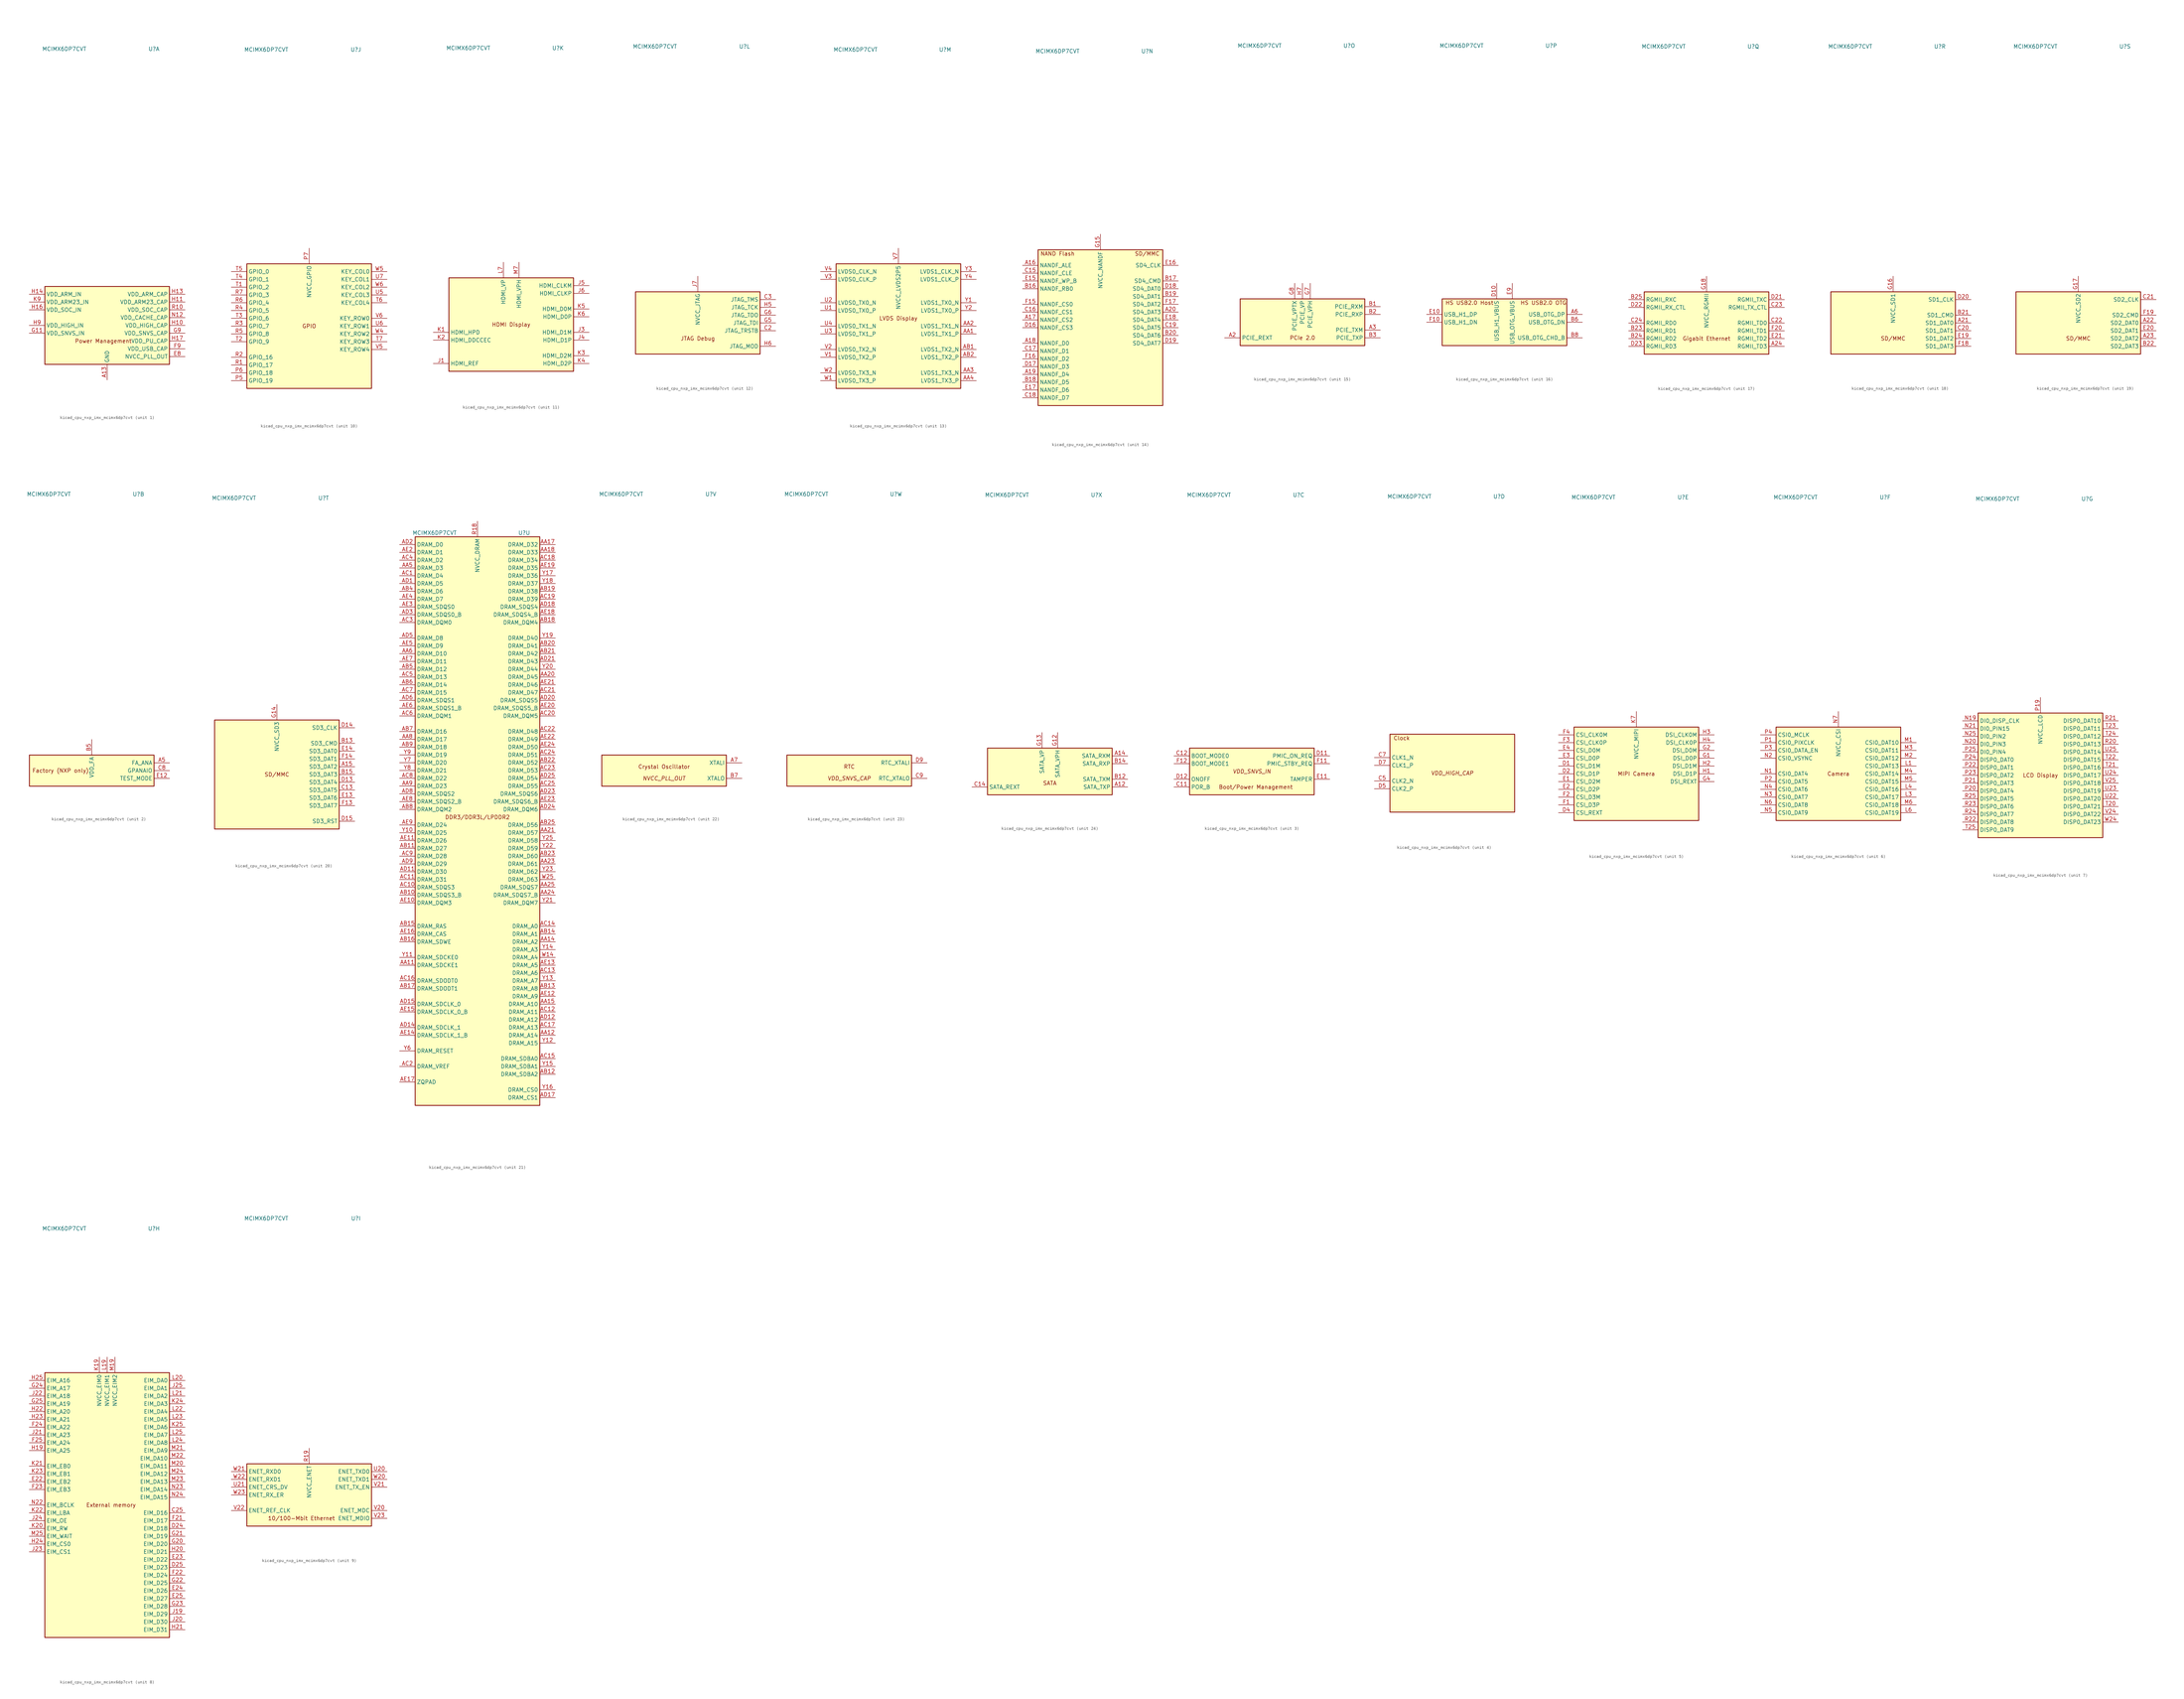
<source format=kicad_sym>
(kicad_symbol_lib
  (version 20220914)
  (generator kicad_symbol_editor)
  (symbol "kicad_cpu_nxp_imx_mcimx6dp7cvt"
    (property "Reference" "U"
      (at 15.24 90.17 0)
      (effects (font (size 1.27 1.27))))
    (property "Value" "MCIMX6DP7CVT"
      (at -13.97 90.17 0)
      (effects (font (size 1.27 1.27))))
    (property "ki_locked" ""
      (at 0 0 0)
      (effects (font (size 1.27 1.27))))
    (symbol "kicad_cpu_nxp_imx_mcimx6dp7cvt_1_0"
      (text "Power Management" (at -1.27 -5.08 0) (effects (font (size 1.27 1.27)))))
    (symbol "kicad_cpu_nxp_imx_mcimx6dp7cvt_1_1"
      (rectangle (start -20.32 12.7) (end 20.32 -12.7) (stroke (width 0.254) (type default)) (fill (type background)))
      (pin power_in line (at 0 -17.78 90) (length 5.08) (name "GND" (effects (font (size 1.27 1.27)))) (number "A13" (effects (font (size 1.27 1.27)))))
      (pin passive line (at 0 -17.78 90) (length 5.08) hide (name "GND" (effects (font (size 1.27 1.27)))) (number "A25" (effects (font (size 1.27 1.27)))))
      (pin passive line (at 0 -17.78 90) (length 5.08) hide (name "GND" (effects (font (size 1.27 1.27)))) (number "A4" (effects (font (size 1.27 1.27)))))
      (pin passive line (at 0 -17.78 90) (length 5.08) hide (name "GND" (effects (font (size 1.27 1.27)))) (number "A8" (effects (font (size 1.27 1.27)))))
      (pin passive line (at 0 -17.78 90) (length 5.08) hide (name "GND" (effects (font (size 1.27 1.27)))) (number "AA10" (effects (font (size 1.27 1.27)))))
      (pin passive line (at 0 -17.78 90) (length 5.08) hide (name "GND" (effects (font (size 1.27 1.27)))) (number "AA13" (effects (font (size 1.27 1.27)))))
      (pin passive line (at 0 -17.78 90) (length 5.08) hide (name "GND" (effects (font (size 1.27 1.27)))) (number "AA16" (effects (font (size 1.27 1.27)))))
      (pin passive line (at 0 -17.78 90) (length 5.08) hide (name "GND" (effects (font (size 1.27 1.27)))) (number "AA19" (effects (font (size 1.27 1.27)))))
      (pin passive line (at 0 -17.78 90) (length 5.08) hide (name "GND" (effects (font (size 1.27 1.27)))) (number "AA22" (effects (font (size 1.27 1.27)))))
      (pin passive line (at 0 -17.78 90) (length 5.08) hide (name "GND" (effects (font (size 1.27 1.27)))) (number "AA7" (effects (font (size 1.27 1.27)))))
      (pin passive line (at 0 -17.78 90) (length 5.08) hide (name "GND" (effects (font (size 1.27 1.27)))) (number "AB24" (effects (font (size 1.27 1.27)))))
      (pin passive line (at 0 -17.78 90) (length 5.08) hide (name "GND" (effects (font (size 1.27 1.27)))) (number "AB3" (effects (font (size 1.27 1.27)))))
      (pin passive line (at 0 -17.78 90) (length 5.08) hide (name "GND" (effects (font (size 1.27 1.27)))) (number "AD10" (effects (font (size 1.27 1.27)))))
      (pin passive line (at 0 -17.78 90) (length 5.08) hide (name "GND" (effects (font (size 1.27 1.27)))) (number "AD13" (effects (font (size 1.27 1.27)))))
      (pin passive line (at 0 -17.78 90) (length 5.08) hide (name "GND" (effects (font (size 1.27 1.27)))) (number "AD16" (effects (font (size 1.27 1.27)))))
      (pin passive line (at 0 -17.78 90) (length 5.08) hide (name "GND" (effects (font (size 1.27 1.27)))) (number "AD19" (effects (font (size 1.27 1.27)))))
      (pin passive line (at 0 -17.78 90) (length 5.08) hide (name "GND" (effects (font (size 1.27 1.27)))) (number "AD22" (effects (font (size 1.27 1.27)))))
      (pin passive line (at 0 -17.78 90) (length 5.08) hide (name "GND" (effects (font (size 1.27 1.27)))) (number "AD4" (effects (font (size 1.27 1.27)))))
      (pin passive line (at 0 -17.78 90) (length 5.08) hide (name "GND" (effects (font (size 1.27 1.27)))) (number "AD7" (effects (font (size 1.27 1.27)))))
      (pin passive line (at 0 -17.78 90) (length 5.08) hide (name "GND" (effects (font (size 1.27 1.27)))) (number "AE1" (effects (font (size 1.27 1.27)))))
      (pin passive line (at 0 -17.78 90) (length 5.08) hide (name "GND" (effects (font (size 1.27 1.27)))) (number "AE25" (effects (font (size 1.27 1.27)))))
      (pin passive line (at 0 -17.78 90) (length 5.08) hide (name "GND" (effects (font (size 1.27 1.27)))) (number "B4" (effects (font (size 1.27 1.27)))))
      (pin passive line (at 0 -17.78 90) (length 5.08) hide (name "GND" (effects (font (size 1.27 1.27)))) (number "C1" (effects (font (size 1.27 1.27)))))
      (pin passive line (at 0 -17.78 90) (length 5.08) hide (name "GND" (effects (font (size 1.27 1.27)))) (number "C10" (effects (font (size 1.27 1.27)))))
      (pin passive line (at 0 -17.78 90) (length 5.08) hide (name "GND" (effects (font (size 1.27 1.27)))) (number "C4" (effects (font (size 1.27 1.27)))))
      (pin passive line (at 0 -17.78 90) (length 5.08) hide (name "GND" (effects (font (size 1.27 1.27)))) (number "C6" (effects (font (size 1.27 1.27)))))
      (pin passive line (at 0 -17.78 90) (length 5.08) hide (name "GND" (effects (font (size 1.27 1.27)))) (number "D3" (effects (font (size 1.27 1.27)))))
      (pin passive line (at 0 -17.78 90) (length 5.08) hide (name "GND" (effects (font (size 1.27 1.27)))) (number "D6" (effects (font (size 1.27 1.27)))))
      (pin passive line (at 0 -17.78 90) (length 5.08) hide (name "GND" (effects (font (size 1.27 1.27)))) (number "D8" (effects (font (size 1.27 1.27)))))
      (pin passive line (at 0 -17.78 90) (length 5.08) hide (name "GND" (effects (font (size 1.27 1.27)))) (number "E5" (effects (font (size 1.27 1.27)))))
      (pin passive line (at 0 -17.78 90) (length 5.08) hide (name "GND" (effects (font (size 1.27 1.27)))) (number "E6" (effects (font (size 1.27 1.27)))))
      (pin passive line (at 0 -17.78 90) (length 5.08) hide (name "GND" (effects (font (size 1.27 1.27)))) (number "E7" (effects (font (size 1.27 1.27)))))
      (pin power_out line (at 25.4 -10.16 180) (length 5.08) (name "NVCC_PLL_OUT" (effects (font (size 1.27 1.27)))) (number "E8" (effects (font (size 1.27 1.27)))))
      (pin passive line (at 0 -17.78 90) (length 5.08) hide (name "GND" (effects (font (size 1.27 1.27)))) (number "F5" (effects (font (size 1.27 1.27)))))
      (pin passive line (at 0 -17.78 90) (length 5.08) hide (name "GND" (effects (font (size 1.27 1.27)))) (number "F6" (effects (font (size 1.27 1.27)))))
      (pin passive line (at 0 -17.78 90) (length 5.08) hide (name "GND" (effects (font (size 1.27 1.27)))) (number "F7" (effects (font (size 1.27 1.27)))))
      (pin passive line (at 0 -17.78 90) (length 5.08) hide (name "GND" (effects (font (size 1.27 1.27)))) (number "F8" (effects (font (size 1.27 1.27)))))
      (pin power_out line (at 25.4 -7.62 180) (length 5.08) (name "VDD_USB_CAP" (effects (font (size 1.27 1.27)))) (number "F9" (effects (font (size 1.27 1.27)))))
      (pin passive line (at 0 -17.78 90) (length 5.08) hide (name "GND" (effects (font (size 1.27 1.27)))) (number "G10" (effects (font (size 1.27 1.27)))))
      (pin power_in line (at -25.4 -2.54 0) (length 5.08) (name "VDD_SNVS_IN" (effects (font (size 1.27 1.27)))) (number "G11" (effects (font (size 1.27 1.27)))))
      (pin passive line (at 0 -17.78 90) (length 5.08) hide (name "GND" (effects (font (size 1.27 1.27)))) (number "G19" (effects (font (size 1.27 1.27)))))
      (pin passive line (at 0 -17.78 90) (length 5.08) hide (name "GND" (effects (font (size 1.27 1.27)))) (number "G3" (effects (font (size 1.27 1.27)))))
      (pin power_out line (at 25.4 -2.54 180) (length 5.08) (name "VDD_SNVS_CAP" (effects (font (size 1.27 1.27)))) (number "G9" (effects (font (size 1.27 1.27)))))
      (pin power_out line (at 25.4 0 180) (length 5.08) (name "VDD_HIGH_CAP" (effects (font (size 1.27 1.27)))) (number "H10" (effects (font (size 1.27 1.27)))))
      (pin power_out line (at 25.4 7.62 180) (length 5.08) (name "VDD_ARM23_CAP" (effects (font (size 1.27 1.27)))) (number "H11" (effects (font (size 1.27 1.27)))))
      (pin passive line (at 0 -17.78 90) (length 5.08) hide (name "GND" (effects (font (size 1.27 1.27)))) (number "H12" (effects (font (size 1.27 1.27)))))
      (pin power_out line (at 25.4 10.16 180) (length 5.08) (name "VDD_ARM_CAP" (effects (font (size 1.27 1.27)))) (number "H13" (effects (font (size 1.27 1.27)))))
      (pin power_in line (at -25.4 10.16 0) (length 5.08) (name "VDD_ARM_IN" (effects (font (size 1.27 1.27)))) (number "H14" (effects (font (size 1.27 1.27)))))
      (pin passive line (at 0 -17.78 90) (length 5.08) hide (name "GND" (effects (font (size 1.27 1.27)))) (number "H15" (effects (font (size 1.27 1.27)))))
      (pin power_in line (at -25.4 5.08 0) (length 5.08) (name "VDD_SOC_IN" (effects (font (size 1.27 1.27)))) (number "H16" (effects (font (size 1.27 1.27)))))
      (pin power_out line (at 25.4 -5.08 180) (length 5.08) (name "VDD_PU_CAP" (effects (font (size 1.27 1.27)))) (number "H17" (effects (font (size 1.27 1.27)))))
      (pin passive line (at 0 -17.78 90) (length 5.08) hide (name "GND" (effects (font (size 1.27 1.27)))) (number "H18" (effects (font (size 1.27 1.27)))))
      (pin passive line (at 0 -17.78 90) (length 5.08) hide (name "GND" (effects (font (size 1.27 1.27)))) (number "H8" (effects (font (size 1.27 1.27)))))
      (pin power_in line (at -25.4 0 0) (length 5.08) (name "VDD_HIGH_IN" (effects (font (size 1.27 1.27)))) (number "H9" (effects (font (size 1.27 1.27)))))
      (pin passive line (at 25.4 0 180) (length 5.08) hide (name "VDD_HIGH_CAP" (effects (font (size 1.27 1.27)))) (number "J10" (effects (font (size 1.27 1.27)))))
      (pin passive line (at 25.4 7.62 180) (length 5.08) hide (name "VDD_ARM23_CAP" (effects (font (size 1.27 1.27)))) (number "J11" (effects (font (size 1.27 1.27)))))
      (pin passive line (at 0 -17.78 90) (length 5.08) hide (name "GND" (effects (font (size 1.27 1.27)))) (number "J12" (effects (font (size 1.27 1.27)))))
      (pin passive line (at 25.4 10.16 180) (length 5.08) hide (name "VDD_ARM_CAP" (effects (font (size 1.27 1.27)))) (number "J13" (effects (font (size 1.27 1.27)))))
      (pin passive line (at -25.4 10.16 0) (length 5.08) hide (name "VDD_ARM_IN" (effects (font (size 1.27 1.27)))) (number "J14" (effects (font (size 1.27 1.27)))))
      (pin passive line (at 0 -17.78 90) (length 5.08) hide (name "GND" (effects (font (size 1.27 1.27)))) (number "J15" (effects (font (size 1.27 1.27)))))
      (pin passive line (at -25.4 5.08 0) (length 5.08) hide (name "VDD_SOC_IN" (effects (font (size 1.27 1.27)))) (number "J16" (effects (font (size 1.27 1.27)))))
      (pin passive line (at 25.4 -5.08 180) (length 5.08) hide (name "VDD_PU_CAP" (effects (font (size 1.27 1.27)))) (number "J17" (effects (font (size 1.27 1.27)))))
      (pin passive line (at 0 -17.78 90) (length 5.08) hide (name "GND" (effects (font (size 1.27 1.27)))) (number "J18" (effects (font (size 1.27 1.27)))))
      (pin passive line (at 0 -17.78 90) (length 5.08) hide (name "GND" (effects (font (size 1.27 1.27)))) (number "J2" (effects (font (size 1.27 1.27)))))
      (pin passive line (at 0 -17.78 90) (length 5.08) hide (name "GND" (effects (font (size 1.27 1.27)))) (number "J8" (effects (font (size 1.27 1.27)))))
      (pin passive line (at -25.4 0 0) (length 5.08) hide (name "VDD_HIGH_IN" (effects (font (size 1.27 1.27)))) (number "J9" (effects (font (size 1.27 1.27)))))
      (pin passive line (at 0 -17.78 90) (length 5.08) hide (name "GND" (effects (font (size 1.27 1.27)))) (number "K10" (effects (font (size 1.27 1.27)))))
      (pin passive line (at 25.4 7.62 180) (length 5.08) hide (name "VDD_ARM23_CAP" (effects (font (size 1.27 1.27)))) (number "K11" (effects (font (size 1.27 1.27)))))
      (pin passive line (at 0 -17.78 90) (length 5.08) hide (name "GND" (effects (font (size 1.27 1.27)))) (number "K12" (effects (font (size 1.27 1.27)))))
      (pin passive line (at 25.4 10.16 180) (length 5.08) hide (name "VDD_ARM_CAP" (effects (font (size 1.27 1.27)))) (number "K13" (effects (font (size 1.27 1.27)))))
      (pin passive line (at -25.4 10.16 0) (length 5.08) hide (name "VDD_ARM_IN" (effects (font (size 1.27 1.27)))) (number "K14" (effects (font (size 1.27 1.27)))))
      (pin passive line (at 0 -17.78 90) (length 5.08) hide (name "GND" (effects (font (size 1.27 1.27)))) (number "K15" (effects (font (size 1.27 1.27)))))
      (pin passive line (at -25.4 5.08 0) (length 5.08) hide (name "VDD_SOC_IN" (effects (font (size 1.27 1.27)))) (number "K16" (effects (font (size 1.27 1.27)))))
      (pin passive line (at 25.4 -5.08 180) (length 5.08) hide (name "VDD_PU_CAP" (effects (font (size 1.27 1.27)))) (number "K17" (effects (font (size 1.27 1.27)))))
      (pin passive line (at 0 -17.78 90) (length 5.08) hide (name "GND" (effects (font (size 1.27 1.27)))) (number "K18" (effects (font (size 1.27 1.27)))))
      (pin passive line (at 0 -17.78 90) (length 5.08) hide (name "GND" (effects (font (size 1.27 1.27)))) (number "K8" (effects (font (size 1.27 1.27)))))
      (pin power_in line (at -25.4 7.62 0) (length 5.08) (name "VDD_ARM23_IN" (effects (font (size 1.27 1.27)))) (number "K9" (effects (font (size 1.27 1.27)))))
      (pin passive line (at 0 -17.78 90) (length 5.08) hide (name "GND" (effects (font (size 1.27 1.27)))) (number "L10" (effects (font (size 1.27 1.27)))))
      (pin passive line (at 25.4 7.62 180) (length 5.08) hide (name "VDD_ARM23_CAP" (effects (font (size 1.27 1.27)))) (number "L11" (effects (font (size 1.27 1.27)))))
      (pin passive line (at 0 -17.78 90) (length 5.08) hide (name "GND" (effects (font (size 1.27 1.27)))) (number "L12" (effects (font (size 1.27 1.27)))))
      (pin passive line (at 25.4 10.16 180) (length 5.08) hide (name "VDD_ARM_CAP" (effects (font (size 1.27 1.27)))) (number "L13" (effects (font (size 1.27 1.27)))))
      (pin passive line (at -25.4 10.16 0) (length 5.08) hide (name "VDD_ARM_IN" (effects (font (size 1.27 1.27)))) (number "L14" (effects (font (size 1.27 1.27)))))
      (pin passive line (at 0 -17.78 90) (length 5.08) hide (name "GND" (effects (font (size 1.27 1.27)))) (number "L15" (effects (font (size 1.27 1.27)))))
      (pin passive line (at -25.4 5.08 0) (length 5.08) hide (name "VDD_SOC_IN" (effects (font (size 1.27 1.27)))) (number "L16" (effects (font (size 1.27 1.27)))))
      (pin passive line (at 25.4 -5.08 180) (length 5.08) hide (name "VDD_PU_CAP" (effects (font (size 1.27 1.27)))) (number "L17" (effects (font (size 1.27 1.27)))))
      (pin passive line (at 0 -17.78 90) (length 5.08) hide (name "GND" (effects (font (size 1.27 1.27)))) (number "L18" (effects (font (size 1.27 1.27)))))
      (pin passive line (at 0 -17.78 90) (length 5.08) hide (name "GND" (effects (font (size 1.27 1.27)))) (number "L2" (effects (font (size 1.27 1.27)))))
      (pin passive line (at 0 -17.78 90) (length 5.08) hide (name "GND" (effects (font (size 1.27 1.27)))) (number "L5" (effects (font (size 1.27 1.27)))))
      (pin passive line (at 0 -17.78 90) (length 5.08) hide (name "GND" (effects (font (size 1.27 1.27)))) (number "L8" (effects (font (size 1.27 1.27)))))
      (pin passive line (at -25.4 7.62 0) (length 5.08) hide (name "VDD_ARM23_IN" (effects (font (size 1.27 1.27)))) (number "L9" (effects (font (size 1.27 1.27)))))
      (pin passive line (at 0 -17.78 90) (length 5.08) hide (name "GND" (effects (font (size 1.27 1.27)))) (number "M10" (effects (font (size 1.27 1.27)))))
      (pin passive line (at 25.4 7.62 180) (length 5.08) hide (name "VDD_ARM23_CAP" (effects (font (size 1.27 1.27)))) (number "M11" (effects (font (size 1.27 1.27)))))
      (pin passive line (at 0 -17.78 90) (length 5.08) hide (name "GND" (effects (font (size 1.27 1.27)))) (number "M12" (effects (font (size 1.27 1.27)))))
      (pin passive line (at 25.4 10.16 180) (length 5.08) hide (name "VDD_ARM_CAP" (effects (font (size 1.27 1.27)))) (number "M13" (effects (font (size 1.27 1.27)))))
      (pin passive line (at -25.4 10.16 0) (length 5.08) hide (name "VDD_ARM_IN" (effects (font (size 1.27 1.27)))) (number "M14" (effects (font (size 1.27 1.27)))))
      (pin passive line (at 0 -17.78 90) (length 5.08) hide (name "GND" (effects (font (size 1.27 1.27)))) (number "M15" (effects (font (size 1.27 1.27)))))
      (pin passive line (at -25.4 5.08 0) (length 5.08) hide (name "VDD_SOC_IN" (effects (font (size 1.27 1.27)))) (number "M16" (effects (font (size 1.27 1.27)))))
      (pin passive line (at 25.4 -5.08 180) (length 5.08) hide (name "VDD_PU_CAP" (effects (font (size 1.27 1.27)))) (number "M17" (effects (font (size 1.27 1.27)))))
      (pin passive line (at 0 -17.78 90) (length 5.08) hide (name "GND" (effects (font (size 1.27 1.27)))) (number "M18" (effects (font (size 1.27 1.27)))))
      (pin passive line (at 0 -17.78 90) (length 5.08) hide (name "GND" (effects (font (size 1.27 1.27)))) (number "M8" (effects (font (size 1.27 1.27)))))
      (pin passive line (at -25.4 7.62 0) (length 5.08) hide (name "VDD_ARM23_IN" (effects (font (size 1.27 1.27)))) (number "M9" (effects (font (size 1.27 1.27)))))
      (pin passive line (at 0 -17.78 90) (length 5.08) hide (name "GND" (effects (font (size 1.27 1.27)))) (number "N10" (effects (font (size 1.27 1.27)))))
      (pin passive line (at 25.4 7.62 180) (length 5.08) hide (name "VDD_ARM23_CAP" (effects (font (size 1.27 1.27)))) (number "N11" (effects (font (size 1.27 1.27)))))
      (pin power_in line (at 25.4 2.54 180) (length 5.08) (name "VDD_CACHE_CAP" (effects (font (size 1.27 1.27)))) (number "N12" (effects (font (size 1.27 1.27)))))
      (pin passive line (at 25.4 10.16 180) (length 5.08) hide (name "VDD_ARM_CAP" (effects (font (size 1.27 1.27)))) (number "N13" (effects (font (size 1.27 1.27)))))
      (pin passive line (at -25.4 10.16 0) (length 5.08) hide (name "VDD_ARM_IN" (effects (font (size 1.27 1.27)))) (number "N14" (effects (font (size 1.27 1.27)))))
      (pin passive line (at 0 -17.78 90) (length 5.08) hide (name "GND" (effects (font (size 1.27 1.27)))) (number "N15" (effects (font (size 1.27 1.27)))))
      (pin passive line (at -25.4 5.08 0) (length 5.08) hide (name "VDD_SOC_IN" (effects (font (size 1.27 1.27)))) (number "N16" (effects (font (size 1.27 1.27)))))
      (pin passive line (at 25.4 -5.08 180) (length 5.08) hide (name "VDD_PU_CAP" (effects (font (size 1.27 1.27)))) (number "N17" (effects (font (size 1.27 1.27)))))
      (pin passive line (at 0 -17.78 90) (length 5.08) hide (name "GND" (effects (font (size 1.27 1.27)))) (number "N18" (effects (font (size 1.27 1.27)))))
      (pin passive line (at 0 -17.78 90) (length 5.08) hide (name "GND" (effects (font (size 1.27 1.27)))) (number "N8" (effects (font (size 1.27 1.27)))))
      (pin passive line (at -25.4 7.62 0) (length 5.08) hide (name "VDD_ARM23_IN" (effects (font (size 1.27 1.27)))) (number "N9" (effects (font (size 1.27 1.27)))))
      (pin passive line (at 0 -17.78 90) (length 5.08) hide (name "GND" (effects (font (size 1.27 1.27)))) (number "P10" (effects (font (size 1.27 1.27)))))
      (pin passive line (at 25.4 7.62 180) (length 5.08) hide (name "VDD_ARM23_CAP" (effects (font (size 1.27 1.27)))) (number "P11" (effects (font (size 1.27 1.27)))))
      (pin passive line (at 0 -17.78 90) (length 5.08) hide (name "GND" (effects (font (size 1.27 1.27)))) (number "P12" (effects (font (size 1.27 1.27)))))
      (pin passive line (at 25.4 10.16 180) (length 5.08) hide (name "VDD_ARM_CAP" (effects (font (size 1.27 1.27)))) (number "P13" (effects (font (size 1.27 1.27)))))
      (pin passive line (at -25.4 10.16 0) (length 5.08) hide (name "VDD_ARM_IN" (effects (font (size 1.27 1.27)))) (number "P14" (effects (font (size 1.27 1.27)))))
      (pin passive line (at 0 -17.78 90) (length 5.08) hide (name "GND" (effects (font (size 1.27 1.27)))) (number "P15" (effects (font (size 1.27 1.27)))))
      (pin passive line (at -25.4 5.08 0) (length 5.08) hide (name "VDD_SOC_IN" (effects (font (size 1.27 1.27)))) (number "P16" (effects (font (size 1.27 1.27)))))
      (pin passive line (at 25.4 -5.08 180) (length 5.08) hide (name "VDD_PU_CAP" (effects (font (size 1.27 1.27)))) (number "P17" (effects (font (size 1.27 1.27)))))
      (pin passive line (at 0 -17.78 90) (length 5.08) hide (name "GND" (effects (font (size 1.27 1.27)))) (number "P18" (effects (font (size 1.27 1.27)))))
      (pin passive line (at 0 -17.78 90) (length 5.08) hide (name "GND" (effects (font (size 1.27 1.27)))) (number "P8" (effects (font (size 1.27 1.27)))))
      (pin passive line (at -25.4 7.62 0) (length 5.08) hide (name "VDD_ARM23_IN" (effects (font (size 1.27 1.27)))) (number "P9" (effects (font (size 1.27 1.27)))))
      (pin power_out line (at 25.4 5.08 180) (length 5.08) (name "VDD_SOC_CAP" (effects (font (size 1.27 1.27)))) (number "R10" (effects (font (size 1.27 1.27)))))
      (pin passive line (at 25.4 7.62 180) (length 5.08) hide (name "VDD_ARM23_CAP" (effects (font (size 1.27 1.27)))) (number "R11" (effects (font (size 1.27 1.27)))))
      (pin passive line (at 0 -17.78 90) (length 5.08) hide (name "GND" (effects (font (size 1.27 1.27)))) (number "R12" (effects (font (size 1.27 1.27)))))
      (pin passive line (at 25.4 10.16 180) (length 5.08) hide (name "VDD_ARM_CAP" (effects (font (size 1.27 1.27)))) (number "R13" (effects (font (size 1.27 1.27)))))
      (pin passive line (at -25.4 10.16 0) (length 5.08) hide (name "VDD_ARM_IN" (effects (font (size 1.27 1.27)))) (number "R14" (effects (font (size 1.27 1.27)))))
      (pin passive line (at 0 -17.78 90) (length 5.08) hide (name "GND" (effects (font (size 1.27 1.27)))) (number "R15" (effects (font (size 1.27 1.27)))))
      (pin passive line (at -25.4 5.08 0) (length 5.08) hide (name "VDD_SOC_IN" (effects (font (size 1.27 1.27)))) (number "R16" (effects (font (size 1.27 1.27)))))
      (pin passive line (at 0 -17.78 90) (length 5.08) hide (name "GND" (effects (font (size 1.27 1.27)))) (number "R17" (effects (font (size 1.27 1.27)))))
      (pin passive line (at 0 -17.78 90) (length 5.08) hide (name "GND" (effects (font (size 1.27 1.27)))) (number "R8" (effects (font (size 1.27 1.27)))))
      (pin passive line (at -25.4 7.62 0) (length 5.08) hide (name "VDD_ARM23_IN" (effects (font (size 1.27 1.27)))) (number "R9" (effects (font (size 1.27 1.27)))))
      (pin passive line (at 25.4 5.08 180) (length 5.08) hide (name "VDD_SOC_CAP" (effects (font (size 1.27 1.27)))) (number "T10" (effects (font (size 1.27 1.27)))))
      (pin passive line (at 0 -17.78 90) (length 5.08) hide (name "GND" (effects (font (size 1.27 1.27)))) (number "T11" (effects (font (size 1.27 1.27)))))
      (pin passive line (at 0 -17.78 90) (length 5.08) hide (name "GND" (effects (font (size 1.27 1.27)))) (number "T12" (effects (font (size 1.27 1.27)))))
      (pin passive line (at 25.4 5.08 180) (length 5.08) hide (name "VDD_SOC_CAP" (effects (font (size 1.27 1.27)))) (number "T13" (effects (font (size 1.27 1.27)))))
      (pin passive line (at 25.4 5.08 180) (length 5.08) hide (name "VDD_SOC_CAP" (effects (font (size 1.27 1.27)))) (number "T14" (effects (font (size 1.27 1.27)))))
      (pin passive line (at 0 -17.78 90) (length 5.08) hide (name "GND" (effects (font (size 1.27 1.27)))) (number "T15" (effects (font (size 1.27 1.27)))))
      (pin passive line (at -25.4 5.08 0) (length 5.08) hide (name "VDD_SOC_IN" (effects (font (size 1.27 1.27)))) (number "T16" (effects (font (size 1.27 1.27)))))
      (pin passive line (at 0 -17.78 90) (length 5.08) hide (name "GND" (effects (font (size 1.27 1.27)))) (number "T17" (effects (font (size 1.27 1.27)))))
      (pin passive line (at 0 -17.78 90) (length 5.08) hide (name "GND" (effects (font (size 1.27 1.27)))) (number "T19" (effects (font (size 1.27 1.27)))))
      (pin passive line (at 0 -17.78 90) (length 5.08) hide (name "GND" (effects (font (size 1.27 1.27)))) (number "T8" (effects (font (size 1.27 1.27)))))
      (pin passive line (at -25.4 7.62 0) (length 5.08) hide (name "VDD_ARM23_IN" (effects (font (size 1.27 1.27)))) (number "T9" (effects (font (size 1.27 1.27)))))
      (pin passive line (at 25.4 5.08 180) (length 5.08) hide (name "VDD_SOC_CAP" (effects (font (size 1.27 1.27)))) (number "U10" (effects (font (size 1.27 1.27)))))
      (pin passive line (at 0 -17.78 90) (length 5.08) hide (name "GND" (effects (font (size 1.27 1.27)))) (number "U11" (effects (font (size 1.27 1.27)))))
      (pin passive line (at 0 -17.78 90) (length 5.08) hide (name "GND" (effects (font (size 1.27 1.27)))) (number "U12" (effects (font (size 1.27 1.27)))))
      (pin passive line (at 25.4 5.08 180) (length 5.08) hide (name "VDD_SOC_CAP" (effects (font (size 1.27 1.27)))) (number "U13" (effects (font (size 1.27 1.27)))))
      (pin passive line (at 25.4 5.08 180) (length 5.08) hide (name "VDD_SOC_CAP" (effects (font (size 1.27 1.27)))) (number "U14" (effects (font (size 1.27 1.27)))))
      (pin passive line (at 0 -17.78 90) (length 5.08) hide (name "GND" (effects (font (size 1.27 1.27)))) (number "U15" (effects (font (size 1.27 1.27)))))
      (pin passive line (at -25.4 5.08 0) (length 5.08) hide (name "VDD_SOC_IN" (effects (font (size 1.27 1.27)))) (number "U16" (effects (font (size 1.27 1.27)))))
      (pin passive line (at 0 -17.78 90) (length 5.08) hide (name "GND" (effects (font (size 1.27 1.27)))) (number "U17" (effects (font (size 1.27 1.27)))))
      (pin passive line (at 0 -17.78 90) (length 5.08) hide (name "GND" (effects (font (size 1.27 1.27)))) (number "U19" (effects (font (size 1.27 1.27)))))
      (pin passive line (at 0 -17.78 90) (length 5.08) hide (name "GND" (effects (font (size 1.27 1.27)))) (number "U8" (effects (font (size 1.27 1.27)))))
      (pin passive line (at -25.4 7.62 0) (length 5.08) hide (name "VDD_ARM23_IN" (effects (font (size 1.27 1.27)))) (number "U9" (effects (font (size 1.27 1.27)))))
      (pin passive line (at 0 -17.78 90) (length 5.08) hide (name "GND" (effects (font (size 1.27 1.27)))) (number "V19" (effects (font (size 1.27 1.27)))))
      (pin passive line (at 0 -17.78 90) (length 5.08) hide (name "GND" (effects (font (size 1.27 1.27)))) (number "V8" (effects (font (size 1.27 1.27)))))
      (pin passive line (at 0 -17.78 90) (length 5.08) hide (name "GND" (effects (font (size 1.27 1.27)))) (number "W10" (effects (font (size 1.27 1.27)))))
      (pin passive line (at 0 -17.78 90) (length 5.08) hide (name "GND" (effects (font (size 1.27 1.27)))) (number "W11" (effects (font (size 1.27 1.27)))))
      (pin passive line (at 0 -17.78 90) (length 5.08) hide (name "GND" (effects (font (size 1.27 1.27)))) (number "W12" (effects (font (size 1.27 1.27)))))
      (pin passive line (at 0 -17.78 90) (length 5.08) hide (name "GND" (effects (font (size 1.27 1.27)))) (number "W13" (effects (font (size 1.27 1.27)))))
      (pin passive line (at 0 -17.78 90) (length 5.08) hide (name "GND" (effects (font (size 1.27 1.27)))) (number "W15" (effects (font (size 1.27 1.27)))))
      (pin passive line (at 0 -17.78 90) (length 5.08) hide (name "GND" (effects (font (size 1.27 1.27)))) (number "W16" (effects (font (size 1.27 1.27)))))
      (pin passive line (at 0 -17.78 90) (length 5.08) hide (name "GND" (effects (font (size 1.27 1.27)))) (number "W17" (effects (font (size 1.27 1.27)))))
      (pin passive line (at 0 -17.78 90) (length 5.08) hide (name "GND" (effects (font (size 1.27 1.27)))) (number "W18" (effects (font (size 1.27 1.27)))))
      (pin passive line (at 0 -17.78 90) (length 5.08) hide (name "GND" (effects (font (size 1.27 1.27)))) (number "W19" (effects (font (size 1.27 1.27)))))
      (pin passive line (at 0 -17.78 90) (length 5.08) hide (name "GND" (effects (font (size 1.27 1.27)))) (number "W3" (effects (font (size 1.27 1.27)))))
      (pin passive line (at 0 -17.78 90) (length 5.08) hide (name "GND" (effects (font (size 1.27 1.27)))) (number "W7" (effects (font (size 1.27 1.27)))))
      (pin passive line (at 0 -17.78 90) (length 5.08) hide (name "GND" (effects (font (size 1.27 1.27)))) (number "W8" (effects (font (size 1.27 1.27)))))
      (pin passive line (at 0 -17.78 90) (length 5.08) hide (name "GND" (effects (font (size 1.27 1.27)))) (number "W9" (effects (font (size 1.27 1.27)))))
      (pin passive line (at 0 -17.78 90) (length 5.08) hide (name "GND" (effects (font (size 1.27 1.27)))) (number "Y24" (effects (font (size 1.27 1.27)))))
      (pin passive line (at 0 -17.78 90) (length 5.08) hide (name "GND" (effects (font (size 1.27 1.27)))) (number "Y5" (effects (font (size 1.27 1.27))))))
    (symbol "kicad_cpu_nxp_imx_mcimx6dp7cvt_2_0"
      (text "Factory (NXP only)" (at -10.16 0 0) (effects (font (size 1.27 1.27)))))
    (symbol "kicad_cpu_nxp_imx_mcimx6dp7cvt_2_1"
      (rectangle (start -20.32 5.08) (end 20.32 -5.08) (stroke (width 0.254) (type default)) (fill (type background)))
      (pin passive line (at 25.4 2.54 180) (length 5.08) (name "FA_ANA" (effects (font (size 1.27 1.27)))) (number "A5" (effects (font (size 1.27 1.27)))))
      (pin passive line (at 0 10.16 270) (length 5.08) (name "VDD_FA" (effects (font (size 1.27 1.27)))) (number "B5" (effects (font (size 1.27 1.27)))))
      (pin passive line (at 25.4 0 180) (length 5.08) (name "GPANAIO" (effects (font (size 1.27 1.27)))) (number "C8" (effects (font (size 1.27 1.27)))))
      (pin passive line (at 25.4 -2.54 180) (length 5.08) (name "TEST_MODE" (effects (font (size 1.27 1.27)))) (number "E12" (effects (font (size 1.27 1.27))))))
    (symbol "kicad_cpu_nxp_imx_mcimx6dp7cvt_3_0"
      (text "Boot/Power Management" (at 1.27 -5.08 0) (effects (font (size 1.27 1.27)))))
    (symbol "kicad_cpu_nxp_imx_mcimx6dp7cvt_3_1"
      (rectangle (start -20.32 7.62) (end 20.32 -7.62) (stroke (width 0.254) (type default)) (fill (type background)))
      (text "VDD_SNVS_IN" (at 0 0 0) (effects (font (size 1.27 1.27) italic)))
      (pin input line (at -25.4 -5.08 0) (length 5.08) (name "POR_B" (effects (font (size 1.27 1.27)))) (number "C11" (effects (font (size 1.27 1.27)))))
      (pin input line (at -25.4 5.08 0) (length 5.08) (name "BOOT_MODE0" (effects (font (size 1.27 1.27)))) (number "C12" (effects (font (size 1.27 1.27)))))
      (pin output line (at 25.4 5.08 180) (length 5.08) (name "PMIC_ON_REQ" (effects (font (size 1.27 1.27)))) (number "D11" (effects (font (size 1.27 1.27)))))
      (pin input line (at -25.4 -2.54 0) (length 5.08) (name "ONOFF" (effects (font (size 1.27 1.27)))) (number "D12" (effects (font (size 1.27 1.27)))))
      (pin input line (at 25.4 -2.54 180) (length 5.08) (name "TAMPER" (effects (font (size 1.27 1.27)))) (number "E11" (effects (font (size 1.27 1.27)))))
      (pin output line (at 25.4 2.54 180) (length 5.08) (name "PMIC_STBY_REQ" (effects (font (size 1.27 1.27)))) (number "F11" (effects (font (size 1.27 1.27)))))
      (pin input line (at -25.4 2.54 0) (length 5.08) (name "BOOT_MODE1" (effects (font (size 1.27 1.27)))) (number "F12" (effects (font (size 1.27 1.27))))))
    (symbol "kicad_cpu_nxp_imx_mcimx6dp7cvt_4_0"
      (text "Clock" (at -16.51 11.43 0) (effects (font (size 1.27 1.27)))))
    (symbol "kicad_cpu_nxp_imx_mcimx6dp7cvt_4_1"
      (rectangle (start -20.32 12.7) (end 20.32 -12.7) (stroke (width 0.254) (type default)) (fill (type background)))
      (text "VDD_HIGH_CAP" (at 0 0 0) (effects (font (size 1.27 1.27) italic)))
      (pin no_connect line (at 17.78 -2.54 180) (length 5.08) hide (name "NC" (effects (font (size 1.27 1.27)))) (number "A10" (effects (font (size 1.27 1.27)))))
      (pin no_connect line (at 17.78 7.62 180) (length 5.08) hide (name "NC" (effects (font (size 1.27 1.27)))) (number "A11" (effects (font (size 1.27 1.27)))))
      (pin no_connect line (at 17.78 -7.62 180) (length 5.08) hide (name "NC" (effects (font (size 1.27 1.27)))) (number "A9" (effects (font (size 1.27 1.27)))))
      (pin no_connect line (at 17.78 0 180) (length 5.08) hide (name "NC" (effects (font (size 1.27 1.27)))) (number "B10" (effects (font (size 1.27 1.27)))))
      (pin no_connect line (at 17.78 5.08 180) (length 5.08) hide (name "NC" (effects (font (size 1.27 1.27)))) (number "B11" (effects (font (size 1.27 1.27)))))
      (pin no_connect line (at 17.78 -10.16 180) (length 5.08) hide (name "NC" (effects (font (size 1.27 1.27)))) (number "B9" (effects (font (size 1.27 1.27)))))
      (pin bidirectional line (at -25.4 -2.54 0) (length 5.08) (name "CLK2_N" (effects (font (size 1.27 1.27)))) (number "C5" (effects (font (size 1.27 1.27)))))
      (pin bidirectional line (at -25.4 5.08 0) (length 5.08) (name "CLK1_N" (effects (font (size 1.27 1.27)))) (number "C7" (effects (font (size 1.27 1.27)))))
      (pin bidirectional line (at -25.4 -5.08 0) (length 5.08) (name "CLK2_P" (effects (font (size 1.27 1.27)))) (number "D5" (effects (font (size 1.27 1.27)))))
      (pin bidirectional line (at -25.4 2.54 0) (length 5.08) (name "CLK1_P" (effects (font (size 1.27 1.27)))) (number "D7" (effects (font (size 1.27 1.27))))))
    (symbol "kicad_cpu_nxp_imx_mcimx6dp7cvt_5_0"
      (text "MIPI Camera" (at 0 0 0) (effects (font (size 1.27 1.27)))))
    (symbol "kicad_cpu_nxp_imx_mcimx6dp7cvt_5_1"
      (rectangle (start -20.32 15.24) (end 20.32 -15.24) (stroke (width 0.254) (type default)) (fill (type background)))
      (pin input line (at -25.4 2.54 0) (length 5.08) (name "CSI_D1M" (effects (font (size 1.27 1.27)))) (number "D1" (effects (font (size 1.27 1.27)))))
      (pin input line (at -25.4 0 0) (length 5.08) (name "CSI_D1P" (effects (font (size 1.27 1.27)))) (number "D2" (effects (font (size 1.27 1.27)))))
      (pin passive line (at -25.4 -12.7 0) (length 5.08) (name "CSI_REXT" (effects (font (size 1.27 1.27)))) (number "D4" (effects (font (size 1.27 1.27)))))
      (pin input line (at -25.4 -2.54 0) (length 5.08) (name "CSI_D2M" (effects (font (size 1.27 1.27)))) (number "E1" (effects (font (size 1.27 1.27)))))
      (pin input line (at -25.4 -5.08 0) (length 5.08) (name "CSI_D2P" (effects (font (size 1.27 1.27)))) (number "E2" (effects (font (size 1.27 1.27)))))
      (pin input line (at -25.4 5.08 0) (length 5.08) (name "CSI_D0P" (effects (font (size 1.27 1.27)))) (number "E3" (effects (font (size 1.27 1.27)))))
      (pin input line (at -25.4 7.62 0) (length 5.08) (name "CSI_D0M" (effects (font (size 1.27 1.27)))) (number "E4" (effects (font (size 1.27 1.27)))))
      (pin input line (at -25.4 -10.16 0) (length 5.08) (name "CSI_D3P" (effects (font (size 1.27 1.27)))) (number "F1" (effects (font (size 1.27 1.27)))))
      (pin input line (at -25.4 -7.62 0) (length 5.08) (name "CSI_D3M" (effects (font (size 1.27 1.27)))) (number "F2" (effects (font (size 1.27 1.27)))))
      (pin input line (at -25.4 10.16 0) (length 5.08) (name "CSI_CLK0P" (effects (font (size 1.27 1.27)))) (number "F3" (effects (font (size 1.27 1.27)))))
      (pin input line (at -25.4 12.7 0) (length 5.08) (name "CSI_CLK0M" (effects (font (size 1.27 1.27)))) (number "F4" (effects (font (size 1.27 1.27)))))
      (pin output line (at 25.4 5.08 180) (length 5.08) (name "DSI_D0P" (effects (font (size 1.27 1.27)))) (number "G1" (effects (font (size 1.27 1.27)))))
      (pin output line (at 25.4 7.62 180) (length 5.08) (name "DSI_D0M" (effects (font (size 1.27 1.27)))) (number "G2" (effects (font (size 1.27 1.27)))))
      (pin passive line (at 25.4 -2.54 180) (length 5.08) (name "DSI_REXT" (effects (font (size 1.27 1.27)))) (number "G4" (effects (font (size 1.27 1.27)))))
      (pin output line (at 25.4 0 180) (length 5.08) (name "DSI_D1P" (effects (font (size 1.27 1.27)))) (number "H1" (effects (font (size 1.27 1.27)))))
      (pin output line (at 25.4 2.54 180) (length 5.08) (name "DSI_D1M" (effects (font (size 1.27 1.27)))) (number "H2" (effects (font (size 1.27 1.27)))))
      (pin output line (at 25.4 12.7 180) (length 5.08) (name "DSI_CLK0M" (effects (font (size 1.27 1.27)))) (number "H3" (effects (font (size 1.27 1.27)))))
      (pin output line (at 25.4 10.16 180) (length 5.08) (name "DSI_CLK0P" (effects (font (size 1.27 1.27)))) (number "H4" (effects (font (size 1.27 1.27)))))
      (pin power_in line (at 0 20.32 270) (length 5.08) (name "NVCC_MIPI" (effects (font (size 1.27 1.27)))) (number "K7" (effects (font (size 1.27 1.27))))))
    (symbol "kicad_cpu_nxp_imx_mcimx6dp7cvt_6_0"
      (text "Camera" (at 0 0 0) (effects (font (size 1.27 1.27)))))
    (symbol "kicad_cpu_nxp_imx_mcimx6dp7cvt_6_1"
      (rectangle (start -20.32 15.24) (end 20.32 -15.24) (stroke (width 0.254) (type default)) (fill (type background)))
      (pin bidirectional line (at 25.4 2.54 180) (length 5.08) (name "CSI0_DAT13" (effects (font (size 1.27 1.27)))) (number "L1" (effects (font (size 1.27 1.27)))))
      (pin bidirectional line (at 25.4 -7.62 180) (length 5.08) (name "CSI0_DAT17" (effects (font (size 1.27 1.27)))) (number "L3" (effects (font (size 1.27 1.27)))))
      (pin bidirectional line (at 25.4 -5.08 180) (length 5.08) (name "CSI0_DAT16" (effects (font (size 1.27 1.27)))) (number "L4" (effects (font (size 1.27 1.27)))))
      (pin bidirectional line (at 25.4 -12.7 180) (length 5.08) (name "CSI0_DAT19" (effects (font (size 1.27 1.27)))) (number "L6" (effects (font (size 1.27 1.27)))))
      (pin bidirectional line (at 25.4 10.16 180) (length 5.08) (name "CSI0_DAT10" (effects (font (size 1.27 1.27)))) (number "M1" (effects (font (size 1.27 1.27)))))
      (pin bidirectional line (at 25.4 5.08 180) (length 5.08) (name "CSI0_DAT12" (effects (font (size 1.27 1.27)))) (number "M2" (effects (font (size 1.27 1.27)))))
      (pin bidirectional line (at 25.4 7.62 180) (length 5.08) (name "CSI0_DAT11" (effects (font (size 1.27 1.27)))) (number "M3" (effects (font (size 1.27 1.27)))))
      (pin bidirectional line (at 25.4 0 180) (length 5.08) (name "CSI0_DAT14" (effects (font (size 1.27 1.27)))) (number "M4" (effects (font (size 1.27 1.27)))))
      (pin bidirectional line (at 25.4 -2.54 180) (length 5.08) (name "CSI0_DAT15" (effects (font (size 1.27 1.27)))) (number "M5" (effects (font (size 1.27 1.27)))))
      (pin bidirectional line (at 25.4 -10.16 180) (length 5.08) (name "CSI0_DAT18" (effects (font (size 1.27 1.27)))) (number "M6" (effects (font (size 1.27 1.27)))))
      (pin bidirectional line (at -25.4 0 0) (length 5.08) (name "CSI0_DAT4" (effects (font (size 1.27 1.27)))) (number "N1" (effects (font (size 1.27 1.27)))))
      (pin bidirectional line (at -25.4 5.08 0) (length 5.08) (name "CSI0_VSYNC" (effects (font (size 1.27 1.27)))) (number "N2" (effects (font (size 1.27 1.27)))))
      (pin bidirectional line (at -25.4 -7.62 0) (length 5.08) (name "CSI0_DAT7" (effects (font (size 1.27 1.27)))) (number "N3" (effects (font (size 1.27 1.27)))))
      (pin bidirectional line (at -25.4 -5.08 0) (length 5.08) (name "CSI0_DAT6" (effects (font (size 1.27 1.27)))) (number "N4" (effects (font (size 1.27 1.27)))))
      (pin bidirectional line (at -25.4 -12.7 0) (length 5.08) (name "CSI0_DAT9" (effects (font (size 1.27 1.27)))) (number "N5" (effects (font (size 1.27 1.27)))))
      (pin bidirectional line (at -25.4 -10.16 0) (length 5.08) (name "CSI0_DAT8" (effects (font (size 1.27 1.27)))) (number "N6" (effects (font (size 1.27 1.27)))))
      (pin power_in line (at 0 20.32 270) (length 5.08) (name "NVCC_CSI" (effects (font (size 1.27 1.27)))) (number "N7" (effects (font (size 1.27 1.27)))))
      (pin bidirectional line (at -25.4 10.16 0) (length 5.08) (name "CSI0_PIXCLK" (effects (font (size 1.27 1.27)))) (number "P1" (effects (font (size 1.27 1.27)))))
      (pin bidirectional line (at -25.4 -2.54 0) (length 5.08) (name "CSI0_DAT5" (effects (font (size 1.27 1.27)))) (number "P2" (effects (font (size 1.27 1.27)))))
      (pin bidirectional line (at -25.4 7.62 0) (length 5.08) (name "CSI0_DATA_EN" (effects (font (size 1.27 1.27)))) (number "P3" (effects (font (size 1.27 1.27)))))
      (pin bidirectional line (at -25.4 12.7 0) (length 5.08) (name "CSI0_MCLK" (effects (font (size 1.27 1.27)))) (number "P4" (effects (font (size 1.27 1.27))))))
    (symbol "kicad_cpu_nxp_imx_mcimx6dp7cvt_7_0"
      (text "LCD Display" (at 0 0 0) (effects (font (size 1.27 1.27)))))
    (symbol "kicad_cpu_nxp_imx_mcimx6dp7cvt_7_1"
      (rectangle (start -20.32 20.32) (end 20.32 -20.32) (stroke (width 0.254) (type default)) (fill (type background)))
      (pin bidirectional line (at -25.4 17.78 0) (length 5.08) (name "DI0_DISP_CLK" (effects (font (size 1.27 1.27)))) (number "N19" (effects (font (size 1.27 1.27)))))
      (pin bidirectional line (at -25.4 10.16 0) (length 5.08) (name "DI0_PIN3" (effects (font (size 1.27 1.27)))) (number "N20" (effects (font (size 1.27 1.27)))))
      (pin bidirectional line (at -25.4 15.24 0) (length 5.08) (name "DI0_PIN15" (effects (font (size 1.27 1.27)))) (number "N21" (effects (font (size 1.27 1.27)))))
      (pin bidirectional line (at -25.4 12.7 0) (length 5.08) (name "DI0_PIN2" (effects (font (size 1.27 1.27)))) (number "N25" (effects (font (size 1.27 1.27)))))
      (pin power_in line (at 0 25.4 270) (length 5.08) (name "NVCC_LCD" (effects (font (size 1.27 1.27)))) (number "P19" (effects (font (size 1.27 1.27)))))
      (pin bidirectional line (at -25.4 -5.08 0) (length 5.08) (name "DISP0_DAT4" (effects (font (size 1.27 1.27)))) (number "P20" (effects (font (size 1.27 1.27)))))
      (pin bidirectional line (at -25.4 -2.54 0) (length 5.08) (name "DISP0_DAT3" (effects (font (size 1.27 1.27)))) (number "P21" (effects (font (size 1.27 1.27)))))
      (pin bidirectional line (at -25.4 2.54 0) (length 5.08) (name "DISP0_DAT1" (effects (font (size 1.27 1.27)))) (number "P22" (effects (font (size 1.27 1.27)))))
      (pin bidirectional line (at -25.4 0 0) (length 5.08) (name "DISP0_DAT2" (effects (font (size 1.27 1.27)))) (number "P23" (effects (font (size 1.27 1.27)))))
      (pin bidirectional line (at -25.4 5.08 0) (length 5.08) (name "DISP0_DAT0" (effects (font (size 1.27 1.27)))) (number "P24" (effects (font (size 1.27 1.27)))))
      (pin bidirectional line (at -25.4 7.62 0) (length 5.08) (name "DI0_PIN4" (effects (font (size 1.27 1.27)))) (number "P25" (effects (font (size 1.27 1.27)))))
      (pin bidirectional line (at 25.4 10.16 180) (length 5.08) (name "DISP0_DAT13" (effects (font (size 1.27 1.27)))) (number "R20" (effects (font (size 1.27 1.27)))))
      (pin bidirectional line (at 25.4 17.78 180) (length 5.08) (name "DISP0_DAT10" (effects (font (size 1.27 1.27)))) (number "R21" (effects (font (size 1.27 1.27)))))
      (pin bidirectional line (at -25.4 -15.24 0) (length 5.08) (name "DISP0_DAT8" (effects (font (size 1.27 1.27)))) (number "R22" (effects (font (size 1.27 1.27)))))
      (pin bidirectional line (at -25.4 -10.16 0) (length 5.08) (name "DISP0_DAT6" (effects (font (size 1.27 1.27)))) (number "R23" (effects (font (size 1.27 1.27)))))
      (pin bidirectional line (at -25.4 -12.7 0) (length 5.08) (name "DISP0_DAT7" (effects (font (size 1.27 1.27)))) (number "R24" (effects (font (size 1.27 1.27)))))
      (pin bidirectional line (at -25.4 -7.62 0) (length 5.08) (name "DISP0_DAT5" (effects (font (size 1.27 1.27)))) (number "R25" (effects (font (size 1.27 1.27)))))
      (pin bidirectional line (at 25.4 -10.16 180) (length 5.08) (name "DISP0_DAT21" (effects (font (size 1.27 1.27)))) (number "T20" (effects (font (size 1.27 1.27)))))
      (pin bidirectional line (at 25.4 2.54 180) (length 5.08) (name "DISP0_DAT16" (effects (font (size 1.27 1.27)))) (number "T21" (effects (font (size 1.27 1.27)))))
      (pin bidirectional line (at 25.4 5.08 180) (length 5.08) (name "DISP0_DAT15" (effects (font (size 1.27 1.27)))) (number "T22" (effects (font (size 1.27 1.27)))))
      (pin bidirectional line (at 25.4 15.24 180) (length 5.08) (name "DISP0_DAT11" (effects (font (size 1.27 1.27)))) (number "T23" (effects (font (size 1.27 1.27)))))
      (pin bidirectional line (at 25.4 12.7 180) (length 5.08) (name "DISP0_DAT12" (effects (font (size 1.27 1.27)))) (number "T24" (effects (font (size 1.27 1.27)))))
      (pin bidirectional line (at -25.4 -17.78 0) (length 5.08) (name "DISP0_DAT9" (effects (font (size 1.27 1.27)))) (number "T25" (effects (font (size 1.27 1.27)))))
      (pin bidirectional line (at 25.4 -7.62 180) (length 5.08) (name "DISP0_DAT20" (effects (font (size 1.27 1.27)))) (number "U22" (effects (font (size 1.27 1.27)))))
      (pin bidirectional line (at 25.4 -5.08 180) (length 5.08) (name "DISP0_DAT19" (effects (font (size 1.27 1.27)))) (number "U23" (effects (font (size 1.27 1.27)))))
      (pin bidirectional line (at 25.4 0 180) (length 5.08) (name "DISP0_DAT17" (effects (font (size 1.27 1.27)))) (number "U24" (effects (font (size 1.27 1.27)))))
      (pin bidirectional line (at 25.4 7.62 180) (length 5.08) (name "DISP0_DAT14" (effects (font (size 1.27 1.27)))) (number "U25" (effects (font (size 1.27 1.27)))))
      (pin bidirectional line (at 25.4 -12.7 180) (length 5.08) (name "DISP0_DAT22" (effects (font (size 1.27 1.27)))) (number "V24" (effects (font (size 1.27 1.27)))))
      (pin bidirectional line (at 25.4 -2.54 180) (length 5.08) (name "DISP0_DAT18" (effects (font (size 1.27 1.27)))) (number "V25" (effects (font (size 1.27 1.27)))))
      (pin bidirectional line (at 25.4 -15.24 180) (length 5.08) (name "DISP0_DAT23" (effects (font (size 1.27 1.27)))) (number "W24" (effects (font (size 1.27 1.27))))))
    (symbol "kicad_cpu_nxp_imx_mcimx6dp7cvt_8_0"
      (text "External memory" (at 1.27 0 0) (effects (font (size 1.27 1.27)))))
    (symbol "kicad_cpu_nxp_imx_mcimx6dp7cvt_8_1"
      (rectangle (start -20.32 43.18) (end 20.32 -43.18) (stroke (width 0.254) (type default)) (fill (type background)))
      (pin bidirectional line (at 25.4 -2.54 180) (length 5.08) (name "EIM_D16" (effects (font (size 1.27 1.27)))) (number "C25" (effects (font (size 1.27 1.27)))))
      (pin bidirectional line (at 25.4 -7.62 180) (length 5.08) (name "EIM_D18" (effects (font (size 1.27 1.27)))) (number "D24" (effects (font (size 1.27 1.27)))))
      (pin bidirectional line (at 25.4 -20.32 180) (length 5.08) (name "EIM_D23" (effects (font (size 1.27 1.27)))) (number "D25" (effects (font (size 1.27 1.27)))))
      (pin bidirectional line (at -25.4 7.62 0) (length 5.08) (name "EIM_EB2" (effects (font (size 1.27 1.27)))) (number "E22" (effects (font (size 1.27 1.27)))))
      (pin bidirectional line (at 25.4 -17.78 180) (length 5.08) (name "EIM_D22" (effects (font (size 1.27 1.27)))) (number "E23" (effects (font (size 1.27 1.27)))))
      (pin bidirectional line (at 25.4 -27.94 180) (length 5.08) (name "EIM_D26" (effects (font (size 1.27 1.27)))) (number "E24" (effects (font (size 1.27 1.27)))))
      (pin bidirectional line (at 25.4 -30.48 180) (length 5.08) (name "EIM_D27" (effects (font (size 1.27 1.27)))) (number "E25" (effects (font (size 1.27 1.27)))))
      (pin bidirectional line (at 25.4 -5.08 180) (length 5.08) (name "EIM_D17" (effects (font (size 1.27 1.27)))) (number "F21" (effects (font (size 1.27 1.27)))))
      (pin bidirectional line (at 25.4 -22.86 180) (length 5.08) (name "EIM_D24" (effects (font (size 1.27 1.27)))) (number "F22" (effects (font (size 1.27 1.27)))))
      (pin bidirectional line (at -25.4 5.08 0) (length 5.08) (name "EIM_EB3" (effects (font (size 1.27 1.27)))) (number "F23" (effects (font (size 1.27 1.27)))))
      (pin bidirectional line (at -25.4 25.4 0) (length 5.08) (name "EIM_A22" (effects (font (size 1.27 1.27)))) (number "F24" (effects (font (size 1.27 1.27)))))
      (pin bidirectional line (at -25.4 20.32 0) (length 5.08) (name "EIM_A24" (effects (font (size 1.27 1.27)))) (number "F25" (effects (font (size 1.27 1.27)))))
      (pin bidirectional line (at 25.4 -12.7 180) (length 5.08) (name "EIM_D20" (effects (font (size 1.27 1.27)))) (number "G20" (effects (font (size 1.27 1.27)))))
      (pin bidirectional line (at 25.4 -10.16 180) (length 5.08) (name "EIM_D19" (effects (font (size 1.27 1.27)))) (number "G21" (effects (font (size 1.27 1.27)))))
      (pin bidirectional line (at 25.4 -25.4 180) (length 5.08) (name "EIM_D25" (effects (font (size 1.27 1.27)))) (number "G22" (effects (font (size 1.27 1.27)))))
      (pin bidirectional line (at 25.4 -33.02 180) (length 5.08) (name "EIM_D28" (effects (font (size 1.27 1.27)))) (number "G23" (effects (font (size 1.27 1.27)))))
      (pin bidirectional line (at -25.4 38.1 0) (length 5.08) (name "EIM_A17" (effects (font (size 1.27 1.27)))) (number "G24" (effects (font (size 1.27 1.27)))))
      (pin bidirectional line (at -25.4 33.02 0) (length 5.08) (name "EIM_A19" (effects (font (size 1.27 1.27)))) (number "G25" (effects (font (size 1.27 1.27)))))
      (pin bidirectional line (at -25.4 17.78 0) (length 5.08) (name "EIM_A25" (effects (font (size 1.27 1.27)))) (number "H19" (effects (font (size 1.27 1.27)))))
      (pin bidirectional line (at 25.4 -15.24 180) (length 5.08) (name "EIM_D21" (effects (font (size 1.27 1.27)))) (number "H20" (effects (font (size 1.27 1.27)))))
      (pin bidirectional line (at 25.4 -40.64 180) (length 5.08) (name "EIM_D31" (effects (font (size 1.27 1.27)))) (number "H21" (effects (font (size 1.27 1.27)))))
      (pin bidirectional line (at -25.4 30.48 0) (length 5.08) (name "EIM_A20" (effects (font (size 1.27 1.27)))) (number "H22" (effects (font (size 1.27 1.27)))))
      (pin bidirectional line (at -25.4 27.94 0) (length 5.08) (name "EIM_A21" (effects (font (size 1.27 1.27)))) (number "H23" (effects (font (size 1.27 1.27)))))
      (pin bidirectional line (at -25.4 -12.7 0) (length 5.08) (name "EIM_CS0" (effects (font (size 1.27 1.27)))) (number "H24" (effects (font (size 1.27 1.27)))))
      (pin bidirectional line (at -25.4 40.64 0) (length 5.08) (name "EIM_A16" (effects (font (size 1.27 1.27)))) (number "H25" (effects (font (size 1.27 1.27)))))
      (pin bidirectional line (at 25.4 -35.56 180) (length 5.08) (name "EIM_D29" (effects (font (size 1.27 1.27)))) (number "J19" (effects (font (size 1.27 1.27)))))
      (pin bidirectional line (at 25.4 -38.1 180) (length 5.08) (name "EIM_D30" (effects (font (size 1.27 1.27)))) (number "J20" (effects (font (size 1.27 1.27)))))
      (pin bidirectional line (at -25.4 22.86 0) (length 5.08) (name "EIM_A23" (effects (font (size 1.27 1.27)))) (number "J21" (effects (font (size 1.27 1.27)))))
      (pin bidirectional line (at -25.4 35.56 0) (length 5.08) (name "EIM_A18" (effects (font (size 1.27 1.27)))) (number "J22" (effects (font (size 1.27 1.27)))))
      (pin bidirectional line (at -25.4 -15.24 0) (length 5.08) (name "EIM_CS1" (effects (font (size 1.27 1.27)))) (number "J23" (effects (font (size 1.27 1.27)))))
      (pin bidirectional line (at -25.4 -5.08 0) (length 5.08) (name "EIM_OE" (effects (font (size 1.27 1.27)))) (number "J24" (effects (font (size 1.27 1.27)))))
      (pin bidirectional line (at 25.4 38.1 180) (length 5.08) (name "EIM_DA1" (effects (font (size 1.27 1.27)))) (number "J25" (effects (font (size 1.27 1.27)))))
      (pin power_in line (at -2.54 48.26 270) (length 5.08) (name "NVCC_EIM0" (effects (font (size 1.27 1.27)))) (number "K19" (effects (font (size 1.27 1.27)))))
      (pin bidirectional line (at -25.4 -7.62 0) (length 5.08) (name "EIM_RW" (effects (font (size 1.27 1.27)))) (number "K20" (effects (font (size 1.27 1.27)))))
      (pin bidirectional line (at -25.4 12.7 0) (length 5.08) (name "EIM_EB0" (effects (font (size 1.27 1.27)))) (number "K21" (effects (font (size 1.27 1.27)))))
      (pin bidirectional line (at -25.4 -2.54 0) (length 5.08) (name "EIM_LBA" (effects (font (size 1.27 1.27)))) (number "K22" (effects (font (size 1.27 1.27)))))
      (pin bidirectional line (at -25.4 10.16 0) (length 5.08) (name "EIM_EB1" (effects (font (size 1.27 1.27)))) (number "K23" (effects (font (size 1.27 1.27)))))
      (pin bidirectional line (at 25.4 33.02 180) (length 5.08) (name "EIM_DA3" (effects (font (size 1.27 1.27)))) (number "K24" (effects (font (size 1.27 1.27)))))
      (pin bidirectional line (at 25.4 25.4 180) (length 5.08) (name "EIM_DA6" (effects (font (size 1.27 1.27)))) (number "K25" (effects (font (size 1.27 1.27)))))
      (pin power_in line (at 0 48.26 270) (length 5.08) (name "NVCC_EIM1" (effects (font (size 1.27 1.27)))) (number "L19" (effects (font (size 1.27 1.27)))))
      (pin bidirectional line (at 25.4 40.64 180) (length 5.08) (name "EIM_DA0" (effects (font (size 1.27 1.27)))) (number "L20" (effects (font (size 1.27 1.27)))))
      (pin bidirectional line (at 25.4 35.56 180) (length 5.08) (name "EIM_DA2" (effects (font (size 1.27 1.27)))) (number "L21" (effects (font (size 1.27 1.27)))))
      (pin bidirectional line (at 25.4 30.48 180) (length 5.08) (name "EIM_DA4" (effects (font (size 1.27 1.27)))) (number "L22" (effects (font (size 1.27 1.27)))))
      (pin bidirectional line (at 25.4 27.94 180) (length 5.08) (name "EIM_DA5" (effects (font (size 1.27 1.27)))) (number "L23" (effects (font (size 1.27 1.27)))))
      (pin bidirectional line (at 25.4 20.32 180) (length 5.08) (name "EIM_DA8" (effects (font (size 1.27 1.27)))) (number "L24" (effects (font (size 1.27 1.27)))))
      (pin bidirectional line (at 25.4 22.86 180) (length 5.08) (name "EIM_DA7" (effects (font (size 1.27 1.27)))) (number "L25" (effects (font (size 1.27 1.27)))))
      (pin power_in line (at 2.54 48.26 270) (length 5.08) (name "NVCC_EIM2" (effects (font (size 1.27 1.27)))) (number "M19" (effects (font (size 1.27 1.27)))))
      (pin bidirectional line (at 25.4 12.7 180) (length 5.08) (name "EIM_DA11" (effects (font (size 1.27 1.27)))) (number "M20" (effects (font (size 1.27 1.27)))))
      (pin bidirectional line (at 25.4 17.78 180) (length 5.08) (name "EIM_DA9" (effects (font (size 1.27 1.27)))) (number "M21" (effects (font (size 1.27 1.27)))))
      (pin bidirectional line (at 25.4 15.24 180) (length 5.08) (name "EIM_DA10" (effects (font (size 1.27 1.27)))) (number "M22" (effects (font (size 1.27 1.27)))))
      (pin bidirectional line (at 25.4 7.62 180) (length 5.08) (name "EIM_DA13" (effects (font (size 1.27 1.27)))) (number "M23" (effects (font (size 1.27 1.27)))))
      (pin bidirectional line (at 25.4 10.16 180) (length 5.08) (name "EIM_DA12" (effects (font (size 1.27 1.27)))) (number "M24" (effects (font (size 1.27 1.27)))))
      (pin bidirectional line (at -25.4 -10.16 0) (length 5.08) (name "EIM_WAIT" (effects (font (size 1.27 1.27)))) (number "M25" (effects (font (size 1.27 1.27)))))
      (pin bidirectional line (at -25.4 0 0) (length 5.08) (name "EIM_BCLK" (effects (font (size 1.27 1.27)))) (number "N22" (effects (font (size 1.27 1.27)))))
      (pin bidirectional line (at 25.4 5.08 180) (length 5.08) (name "EIM_DA14" (effects (font (size 1.27 1.27)))) (number "N23" (effects (font (size 1.27 1.27)))))
      (pin bidirectional line (at 25.4 2.54 180) (length 5.08) (name "EIM_DA15" (effects (font (size 1.27 1.27)))) (number "N24" (effects (font (size 1.27 1.27))))))
    (symbol "kicad_cpu_nxp_imx_mcimx6dp7cvt_9_0"
      (text "10/100-Mbit Ethernet" (at -2.54 -7.62 0) (effects (font (size 1.27 1.27)))))
    (symbol "kicad_cpu_nxp_imx_mcimx6dp7cvt_9_1"
      (rectangle (start -20.32 10.16) (end 20.32 -10.16) (stroke (width 0.254) (type default)) (fill (type background)))
      (pin power_in line (at 0 15.24 270) (length 5.08) (name "NVCC_ENET" (effects (font (size 1.27 1.27)))) (number "R19" (effects (font (size 1.27 1.27)))))
      (pin bidirectional line (at 25.4 7.62 180) (length 5.08) (name "ENET_TXD0" (effects (font (size 1.27 1.27)))) (number "U20" (effects (font (size 1.27 1.27)))))
      (pin bidirectional line (at -25.4 2.54 0) (length 5.08) (name "ENET_CRS_DV" (effects (font (size 1.27 1.27)))) (number "U21" (effects (font (size 1.27 1.27)))))
      (pin bidirectional line (at 25.4 -5.08 180) (length 5.08) (name "ENET_MDC" (effects (font (size 1.27 1.27)))) (number "V20" (effects (font (size 1.27 1.27)))))
      (pin bidirectional line (at 25.4 2.54 180) (length 5.08) (name "ENET_TX_EN" (effects (font (size 1.27 1.27)))) (number "V21" (effects (font (size 1.27 1.27)))))
      (pin bidirectional line (at -25.4 -5.08 0) (length 5.08) (name "ENET_REF_CLK" (effects (font (size 1.27 1.27)))) (number "V22" (effects (font (size 1.27 1.27)))))
      (pin bidirectional line (at 25.4 -7.62 180) (length 5.08) (name "ENET_MDIO" (effects (font (size 1.27 1.27)))) (number "V23" (effects (font (size 1.27 1.27)))))
      (pin bidirectional line (at 25.4 5.08 180) (length 5.08) (name "ENET_TXD1" (effects (font (size 1.27 1.27)))) (number "W20" (effects (font (size 1.27 1.27)))))
      (pin bidirectional line (at -25.4 7.62 0) (length 5.08) (name "ENET_RXD0" (effects (font (size 1.27 1.27)))) (number "W21" (effects (font (size 1.27 1.27)))))
      (pin bidirectional line (at -25.4 5.08 0) (length 5.08) (name "ENET_RXD1" (effects (font (size 1.27 1.27)))) (number "W22" (effects (font (size 1.27 1.27)))))
      (pin bidirectional line (at -25.4 0 0) (length 5.08) (name "ENET_RX_ER" (effects (font (size 1.27 1.27)))) (number "W23" (effects (font (size 1.27 1.27))))))
    (symbol "kicad_cpu_nxp_imx_mcimx6dp7cvt_10_0"
      (text "GPIO" (at 0 0 0) (effects (font (size 1.27 1.27)))))
    (symbol "kicad_cpu_nxp_imx_mcimx6dp7cvt_10_1"
      (rectangle (start -20.32 20.32) (end 20.32 -20.32) (stroke (width 0.254) (type default)) (fill (type background)))
      (pin bidirectional line (at -25.4 -17.78 0) (length 5.08) (name "GPIO_19" (effects (font (size 1.27 1.27)))) (number "P5" (effects (font (size 1.27 1.27)))))
      (pin bidirectional line (at -25.4 -15.24 0) (length 5.08) (name "GPIO_18" (effects (font (size 1.27 1.27)))) (number "P6" (effects (font (size 1.27 1.27)))))
      (pin power_in line (at 0 25.4 270) (length 5.08) (name "NVCC_GPIO" (effects (font (size 1.27 1.27)))) (number "P7" (effects (font (size 1.27 1.27)))))
      (pin bidirectional line (at -25.4 -12.7 0) (length 5.08) (name "GPIO_17" (effects (font (size 1.27 1.27)))) (number "R1" (effects (font (size 1.27 1.27)))))
      (pin bidirectional line (at -25.4 -10.16 0) (length 5.08) (name "GPIO_16" (effects (font (size 1.27 1.27)))) (number "R2" (effects (font (size 1.27 1.27)))))
      (pin bidirectional line (at -25.4 0 0) (length 5.08) (name "GPIO_7" (effects (font (size 1.27 1.27)))) (number "R3" (effects (font (size 1.27 1.27)))))
      (pin bidirectional line (at -25.4 5.08 0) (length 5.08) (name "GPIO_5" (effects (font (size 1.27 1.27)))) (number "R4" (effects (font (size 1.27 1.27)))))
      (pin bidirectional line (at -25.4 -2.54 0) (length 5.08) (name "GPIO_8" (effects (font (size 1.27 1.27)))) (number "R5" (effects (font (size 1.27 1.27)))))
      (pin bidirectional line (at -25.4 7.62 0) (length 5.08) (name "GPIO_4" (effects (font (size 1.27 1.27)))) (number "R6" (effects (font (size 1.27 1.27)))))
      (pin bidirectional line (at -25.4 10.16 0) (length 5.08) (name "GPIO_3" (effects (font (size 1.27 1.27)))) (number "R7" (effects (font (size 1.27 1.27)))))
      (pin bidirectional line (at -25.4 12.7 0) (length 5.08) (name "GPIO_2" (effects (font (size 1.27 1.27)))) (number "T1" (effects (font (size 1.27 1.27)))))
      (pin bidirectional line (at -25.4 -5.08 0) (length 5.08) (name "GPIO_9" (effects (font (size 1.27 1.27)))) (number "T2" (effects (font (size 1.27 1.27)))))
      (pin bidirectional line (at -25.4 2.54 0) (length 5.08) (name "GPIO_6" (effects (font (size 1.27 1.27)))) (number "T3" (effects (font (size 1.27 1.27)))))
      (pin bidirectional line (at -25.4 15.24 0) (length 5.08) (name "GPIO_1" (effects (font (size 1.27 1.27)))) (number "T4" (effects (font (size 1.27 1.27)))))
      (pin bidirectional line (at -25.4 17.78 0) (length 5.08) (name "GPIO_0" (effects (font (size 1.27 1.27)))) (number "T5" (effects (font (size 1.27 1.27)))))
      (pin bidirectional line (at 25.4 7.62 180) (length 5.08) (name "KEY_COL4" (effects (font (size 1.27 1.27)))) (number "T6" (effects (font (size 1.27 1.27)))))
      (pin bidirectional line (at 25.4 -5.08 180) (length 5.08) (name "KEY_ROW3" (effects (font (size 1.27 1.27)))) (number "T7" (effects (font (size 1.27 1.27)))))
      (pin bidirectional line (at 25.4 10.16 180) (length 5.08) (name "KEY_COL3" (effects (font (size 1.27 1.27)))) (number "U5" (effects (font (size 1.27 1.27)))))
      (pin bidirectional line (at 25.4 0 180) (length 5.08) (name "KEY_ROW1" (effects (font (size 1.27 1.27)))) (number "U6" (effects (font (size 1.27 1.27)))))
      (pin bidirectional line (at 25.4 15.24 180) (length 5.08) (name "KEY_COL1" (effects (font (size 1.27 1.27)))) (number "U7" (effects (font (size 1.27 1.27)))))
      (pin bidirectional line (at 25.4 -7.62 180) (length 5.08) (name "KEY_ROW4" (effects (font (size 1.27 1.27)))) (number "V5" (effects (font (size 1.27 1.27)))))
      (pin bidirectional line (at 25.4 2.54 180) (length 5.08) (name "KEY_ROW0" (effects (font (size 1.27 1.27)))) (number "V6" (effects (font (size 1.27 1.27)))))
      (pin bidirectional line (at 25.4 -2.54 180) (length 5.08) (name "KEY_ROW2" (effects (font (size 1.27 1.27)))) (number "W4" (effects (font (size 1.27 1.27)))))
      (pin bidirectional line (at 25.4 17.78 180) (length 5.08) (name "KEY_COL0" (effects (font (size 1.27 1.27)))) (number "W5" (effects (font (size 1.27 1.27)))))
      (pin bidirectional line (at 25.4 12.7 180) (length 5.08) (name "KEY_COL2" (effects (font (size 1.27 1.27)))) (number "W6" (effects (font (size 1.27 1.27))))))
    (symbol "kicad_cpu_nxp_imx_mcimx6dp7cvt_11_0"
      (text "HDMI Display" (at 0 0 0) (effects (font (size 1.27 1.27)))))
    (symbol "kicad_cpu_nxp_imx_mcimx6dp7cvt_11_1"
      (rectangle (start -20.32 15.24) (end 20.32 -15.24) (stroke (width 0.254) (type default)) (fill (type background)))
      (pin passive line (at -25.4 -12.7 0) (length 5.08) (name "HDMI_REF" (effects (font (size 1.27 1.27)))) (number "J1" (effects (font (size 1.27 1.27)))))
      (pin output line (at 25.4 -2.54 180) (length 5.08) (name "HDMI_D1M" (effects (font (size 1.27 1.27)))) (number "J3" (effects (font (size 1.27 1.27)))))
      (pin output line (at 25.4 -5.08 180) (length 5.08) (name "HDMI_D1P" (effects (font (size 1.27 1.27)))) (number "J4" (effects (font (size 1.27 1.27)))))
      (pin output line (at 25.4 12.7 180) (length 5.08) (name "HDMI_CLKM" (effects (font (size 1.27 1.27)))) (number "J5" (effects (font (size 1.27 1.27)))))
      (pin output line (at 25.4 10.16 180) (length 5.08) (name "HDMI_CLKP" (effects (font (size 1.27 1.27)))) (number "J6" (effects (font (size 1.27 1.27)))))
      (pin input line (at -25.4 -2.54 0) (length 5.08) (name "HDMI_HPD" (effects (font (size 1.27 1.27)))) (number "K1" (effects (font (size 1.27 1.27)))))
      (pin passive line (at -25.4 -5.08 0) (length 5.08) (name "HDMI_DDCCEC" (effects (font (size 1.27 1.27)))) (number "K2" (effects (font (size 1.27 1.27)))))
      (pin output line (at 25.4 -10.16 180) (length 5.08) (name "HDMI_D2M" (effects (font (size 1.27 1.27)))) (number "K3" (effects (font (size 1.27 1.27)))))
      (pin output line (at 25.4 -12.7 180) (length 5.08) (name "HDMI_D2P" (effects (font (size 1.27 1.27)))) (number "K4" (effects (font (size 1.27 1.27)))))
      (pin output line (at 25.4 5.08 180) (length 5.08) (name "HDMI_D0M" (effects (font (size 1.27 1.27)))) (number "K5" (effects (font (size 1.27 1.27)))))
      (pin output line (at 25.4 2.54 180) (length 5.08) (name "HDMI_D0P" (effects (font (size 1.27 1.27)))) (number "K6" (effects (font (size 1.27 1.27)))))
      (pin power_in line (at -2.54 20.32 270) (length 5.08) (name "HDMI_VP" (effects (font (size 1.27 1.27)))) (number "L7" (effects (font (size 1.27 1.27)))))
      (pin power_in line (at 2.54 20.32 270) (length 5.08) (name "HDMI_VPH" (effects (font (size 1.27 1.27)))) (number "M7" (effects (font (size 1.27 1.27))))))
    (symbol "kicad_cpu_nxp_imx_mcimx6dp7cvt_12_0"
      (text "JTAG Debug" (at 0 -5.08 0) (effects (font (size 1.27 1.27)))))
    (symbol "kicad_cpu_nxp_imx_mcimx6dp7cvt_12_1"
      (rectangle (start -20.32 10.16) (end 20.32 -10.16) (stroke (width 0.254) (type default)) (fill (type background)))
      (pin bidirectional line (at 25.4 -2.54 180) (length 5.08) (name "JTAG_TRSTB" (effects (font (size 1.27 1.27)))) (number "C2" (effects (font (size 1.27 1.27)))))
      (pin bidirectional line (at 25.4 7.62 180) (length 5.08) (name "JTAG_TMS" (effects (font (size 1.27 1.27)))) (number "C3" (effects (font (size 1.27 1.27)))))
      (pin bidirectional line (at 25.4 0 180) (length 5.08) (name "JTAG_TDI" (effects (font (size 1.27 1.27)))) (number "G5" (effects (font (size 1.27 1.27)))))
      (pin bidirectional line (at 25.4 2.54 180) (length 5.08) (name "JTAG_TDO" (effects (font (size 1.27 1.27)))) (number "G6" (effects (font (size 1.27 1.27)))))
      (pin bidirectional line (at 25.4 5.08 180) (length 5.08) (name "JTAG_TCK" (effects (font (size 1.27 1.27)))) (number "H5" (effects (font (size 1.27 1.27)))))
      (pin input line (at 25.4 -7.62 180) (length 5.08) (name "JTAG_MOD" (effects (font (size 1.27 1.27)))) (number "H6" (effects (font (size 1.27 1.27)))))
      (pin power_in line (at 0 15.24 270) (length 5.08) (name "NVCC_JTAG" (effects (font (size 1.27 1.27)))) (number "J7" (effects (font (size 1.27 1.27))))))
    (symbol "kicad_cpu_nxp_imx_mcimx6dp7cvt_13_0"
      (text "LVDS Display" (at 0 2.54 0) (effects (font (size 1.27 1.27)))))
    (symbol "kicad_cpu_nxp_imx_mcimx6dp7cvt_13_1"
      (rectangle (start -20.32 20.32) (end 20.32 -20.32) (stroke (width 0.254) (type default)) (fill (type background)))
      (pin output line (at 25.4 -2.54 180) (length 5.08) (name "LVDS1_TX1_P" (effects (font (size 1.27 1.27)))) (number "AA1" (effects (font (size 1.27 1.27)))))
      (pin output line (at 25.4 0 180) (length 5.08) (name "LVDS1_TX1_N" (effects (font (size 1.27 1.27)))) (number "AA2" (effects (font (size 1.27 1.27)))))
      (pin output line (at 25.4 -15.24 180) (length 5.08) (name "LVDS1_TX3_N" (effects (font (size 1.27 1.27)))) (number "AA3" (effects (font (size 1.27 1.27)))))
      (pin output line (at 25.4 -17.78 180) (length 5.08) (name "LVDS1_TX3_P" (effects (font (size 1.27 1.27)))) (number "AA4" (effects (font (size 1.27 1.27)))))
      (pin output line (at 25.4 -7.62 180) (length 5.08) (name "LVDS1_TX2_N" (effects (font (size 1.27 1.27)))) (number "AB1" (effects (font (size 1.27 1.27)))))
      (pin output line (at 25.4 -10.16 180) (length 5.08) (name "LVDS1_TX2_P" (effects (font (size 1.27 1.27)))) (number "AB2" (effects (font (size 1.27 1.27)))))
      (pin output line (at -25.4 5.08 0) (length 5.08) (name "LVDS0_TX0_P" (effects (font (size 1.27 1.27)))) (number "U1" (effects (font (size 1.27 1.27)))))
      (pin output line (at -25.4 7.62 0) (length 5.08) (name "LVDS0_TX0_N" (effects (font (size 1.27 1.27)))) (number "U2" (effects (font (size 1.27 1.27)))))
      (pin output line (at -25.4 -2.54 0) (length 5.08) (name "LVDS0_TX1_P" (effects (font (size 1.27 1.27)))) (number "U3" (effects (font (size 1.27 1.27)))))
      (pin output line (at -25.4 0 0) (length 5.08) (name "LVDS0_TX1_N" (effects (font (size 1.27 1.27)))) (number "U4" (effects (font (size 1.27 1.27)))))
      (pin output line (at -25.4 -10.16 0) (length 5.08) (name "LVDS0_TX2_P" (effects (font (size 1.27 1.27)))) (number "V1" (effects (font (size 1.27 1.27)))))
      (pin output line (at -25.4 -7.62 0) (length 5.08) (name "LVDS0_TX2_N" (effects (font (size 1.27 1.27)))) (number "V2" (effects (font (size 1.27 1.27)))))
      (pin output line (at -25.4 15.24 0) (length 5.08) (name "LVDS0_CLK_P" (effects (font (size 1.27 1.27)))) (number "V3" (effects (font (size 1.27 1.27)))))
      (pin output line (at -25.4 17.78 0) (length 5.08) (name "LVDS0_CLK_N" (effects (font (size 1.27 1.27)))) (number "V4" (effects (font (size 1.27 1.27)))))
      (pin power_in line (at 0 25.4 270) (length 5.08) (name "NVCC_LVDS2P5" (effects (font (size 1.27 1.27)))) (number "V7" (effects (font (size 1.27 1.27)))))
      (pin output line (at -25.4 -17.78 0) (length 5.08) (name "LVDS0_TX3_P" (effects (font (size 1.27 1.27)))) (number "W1" (effects (font (size 1.27 1.27)))))
      (pin output line (at -25.4 -15.24 0) (length 5.08) (name "LVDS0_TX3_N" (effects (font (size 1.27 1.27)))) (number "W2" (effects (font (size 1.27 1.27)))))
      (pin output line (at 25.4 7.62 180) (length 5.08) (name "LVDS1_TX0_N" (effects (font (size 1.27 1.27)))) (number "Y1" (effects (font (size 1.27 1.27)))))
      (pin output line (at 25.4 5.08 180) (length 5.08) (name "LVDS1_TX0_P" (effects (font (size 1.27 1.27)))) (number "Y2" (effects (font (size 1.27 1.27)))))
      (pin output line (at 25.4 17.78 180) (length 5.08) (name "LVDS1_CLK_N" (effects (font (size 1.27 1.27)))) (number "Y3" (effects (font (size 1.27 1.27)))))
      (pin output line (at 25.4 15.24 180) (length 5.08) (name "LVDS1_CLK_P" (effects (font (size 1.27 1.27)))) (number "Y4" (effects (font (size 1.27 1.27))))))
    (symbol "kicad_cpu_nxp_imx_mcimx6dp7cvt_14_0"
      (text "NAND Flash" (at -13.97 24.13 0) (effects (font (size 1.27 1.27))))
      (text "SD/MMC" (at 15.24 24.13 0) (effects (font (size 1.27 1.27)))))
    (symbol "kicad_cpu_nxp_imx_mcimx6dp7cvt_14_1"
      (rectangle (start -20.32 25.4) (end 20.32 -25.4) (stroke (width 0.254) (type default)) (fill (type background)))
      (pin bidirectional line (at -25.4 20.32 0) (length 5.08) (name "NANDF_ALE" (effects (font (size 1.27 1.27)))) (number "A16" (effects (font (size 1.27 1.27)))))
      (pin bidirectional line (at -25.4 2.54 0) (length 5.08) (name "NANDF_CS2" (effects (font (size 1.27 1.27)))) (number "A17" (effects (font (size 1.27 1.27)))))
      (pin bidirectional line (at -25.4 -5.08 0) (length 5.08) (name "NANDF_D0" (effects (font (size 1.27 1.27)))) (number "A18" (effects (font (size 1.27 1.27)))))
      (pin bidirectional line (at -25.4 -15.24 0) (length 5.08) (name "NANDF_D4" (effects (font (size 1.27 1.27)))) (number "A19" (effects (font (size 1.27 1.27)))))
      (pin bidirectional line (at 25.4 5.08 180) (length 5.08) (name "SD4_DAT3" (effects (font (size 1.27 1.27)))) (number "A20" (effects (font (size 1.27 1.27)))))
      (pin bidirectional line (at -25.4 12.7 0) (length 5.08) (name "NANDF_RB0" (effects (font (size 1.27 1.27)))) (number "B16" (effects (font (size 1.27 1.27)))))
      (pin bidirectional line (at 25.4 15.24 180) (length 5.08) (name "SD4_CMD" (effects (font (size 1.27 1.27)))) (number "B17" (effects (font (size 1.27 1.27)))))
      (pin bidirectional line (at -25.4 -17.78 0) (length 5.08) (name "NANDF_D5" (effects (font (size 1.27 1.27)))) (number "B18" (effects (font (size 1.27 1.27)))))
      (pin bidirectional line (at 25.4 10.16 180) (length 5.08) (name "SD4_DAT1" (effects (font (size 1.27 1.27)))) (number "B19" (effects (font (size 1.27 1.27)))))
      (pin bidirectional line (at 25.4 -2.54 180) (length 5.08) (name "SD4_DAT6" (effects (font (size 1.27 1.27)))) (number "B20" (effects (font (size 1.27 1.27)))))
      (pin bidirectional line (at -25.4 17.78 0) (length 5.08) (name "NANDF_CLE" (effects (font (size 1.27 1.27)))) (number "C15" (effects (font (size 1.27 1.27)))))
      (pin bidirectional line (at -25.4 5.08 0) (length 5.08) (name "NANDF_CS1" (effects (font (size 1.27 1.27)))) (number "C16" (effects (font (size 1.27 1.27)))))
      (pin bidirectional line (at -25.4 -7.62 0) (length 5.08) (name "NANDF_D1" (effects (font (size 1.27 1.27)))) (number "C17" (effects (font (size 1.27 1.27)))))
      (pin bidirectional line (at -25.4 -22.86 0) (length 5.08) (name "NANDF_D7" (effects (font (size 1.27 1.27)))) (number "C18" (effects (font (size 1.27 1.27)))))
      (pin bidirectional line (at 25.4 0 180) (length 5.08) (name "SD4_DAT5" (effects (font (size 1.27 1.27)))) (number "C19" (effects (font (size 1.27 1.27)))))
      (pin bidirectional line (at -25.4 0 0) (length 5.08) (name "NANDF_CS3" (effects (font (size 1.27 1.27)))) (number "D16" (effects (font (size 1.27 1.27)))))
      (pin bidirectional line (at -25.4 -12.7 0) (length 5.08) (name "NANDF_D3" (effects (font (size 1.27 1.27)))) (number "D17" (effects (font (size 1.27 1.27)))))
      (pin bidirectional line (at 25.4 12.7 180) (length 5.08) (name "SD4_DAT0" (effects (font (size 1.27 1.27)))) (number "D18" (effects (font (size 1.27 1.27)))))
      (pin bidirectional line (at 25.4 -5.08 180) (length 5.08) (name "SD4_DAT7" (effects (font (size 1.27 1.27)))) (number "D19" (effects (font (size 1.27 1.27)))))
      (pin bidirectional line (at -25.4 15.24 0) (length 5.08) (name "NANDF_WP_B" (effects (font (size 1.27 1.27)))) (number "E15" (effects (font (size 1.27 1.27)))))
      (pin bidirectional line (at 25.4 20.32 180) (length 5.08) (name "SD4_CLK" (effects (font (size 1.27 1.27)))) (number "E16" (effects (font (size 1.27 1.27)))))
      (pin bidirectional line (at -25.4 -20.32 0) (length 5.08) (name "NANDF_D6" (effects (font (size 1.27 1.27)))) (number "E17" (effects (font (size 1.27 1.27)))))
      (pin bidirectional line (at 25.4 2.54 180) (length 5.08) (name "SD4_DAT4" (effects (font (size 1.27 1.27)))) (number "E18" (effects (font (size 1.27 1.27)))))
      (pin bidirectional line (at -25.4 7.62 0) (length 5.08) (name "NANDF_CS0" (effects (font (size 1.27 1.27)))) (number "F15" (effects (font (size 1.27 1.27)))))
      (pin bidirectional line (at -25.4 -10.16 0) (length 5.08) (name "NANDF_D2" (effects (font (size 1.27 1.27)))) (number "F16" (effects (font (size 1.27 1.27)))))
      (pin bidirectional line (at 25.4 7.62 180) (length 5.08) (name "SD4_DAT2" (effects (font (size 1.27 1.27)))) (number "F17" (effects (font (size 1.27 1.27)))))
      (pin power_in line (at 0 30.48 270) (length 5.08) (name "NVCC_NANDF" (effects (font (size 1.27 1.27)))) (number "G15" (effects (font (size 1.27 1.27))))))
    (symbol "kicad_cpu_nxp_imx_mcimx6dp7cvt_15_0"
      (text "PCIe 2.0" (at 0 -5.08 0) (effects (font (size 1.27 1.27)))))
    (symbol "kicad_cpu_nxp_imx_mcimx6dp7cvt_15_1"
      (rectangle (start -20.32 7.62) (end 20.32 -7.62) (stroke (width 0.254) (type default)) (fill (type background)))
      (pin passive line (at -25.4 -5.08 0) (length 5.08) (name "PCIE_REXT" (effects (font (size 1.27 1.27)))) (number "A2" (effects (font (size 1.27 1.27)))))
      (pin output line (at 25.4 -2.54 180) (length 5.08) (name "PCIE_TXM" (effects (font (size 1.27 1.27)))) (number "A3" (effects (font (size 1.27 1.27)))))
      (pin input line (at 25.4 5.08 180) (length 5.08) (name "PCIE_RXM" (effects (font (size 1.27 1.27)))) (number "B1" (effects (font (size 1.27 1.27)))))
      (pin input line (at 25.4 2.54 180) (length 5.08) (name "PCIE_RXP" (effects (font (size 1.27 1.27)))) (number "B2" (effects (font (size 1.27 1.27)))))
      (pin output line (at 25.4 -5.08 180) (length 5.08) (name "PCIE_TXP" (effects (font (size 1.27 1.27)))) (number "B3" (effects (font (size 1.27 1.27)))))
      (pin power_in line (at 2.54 12.7 270) (length 5.08) (name "PCIE_VPH" (effects (font (size 1.27 1.27)))) (number "G7" (effects (font (size 1.27 1.27)))))
      (pin power_in line (at -2.54 12.7 270) (length 5.08) (name "PCIE_VPTX" (effects (font (size 1.27 1.27)))) (number "G8" (effects (font (size 1.27 1.27)))))
      (pin power_in line (at 0 12.7 270) (length 5.08) (name "PCIE_VP" (effects (font (size 1.27 1.27)))) (number "H7" (effects (font (size 1.27 1.27))))))
    (symbol "kicad_cpu_nxp_imx_mcimx6dp7cvt_16_0"
      (text "HS USB2.0 Host" (at -11.43 6.35 0) (effects (font (size 1.27 1.27))))
      (text "HS USB2.0 OTG" (at 12.7 6.35 0) (effects (font (size 1.27 1.27)))))
    (symbol "kicad_cpu_nxp_imx_mcimx6dp7cvt_16_1"
      (rectangle (start -20.32 7.62) (end 20.32 -7.62) (stroke (width 0.254) (type default)) (fill (type background)))
      (pin bidirectional line (at 25.4 2.54 180) (length 5.08) (name "USB_OTG_DP" (effects (font (size 1.27 1.27)))) (number "A6" (effects (font (size 1.27 1.27)))))
      (pin bidirectional line (at 25.4 0 180) (length 5.08) (name "USB_OTG_DN" (effects (font (size 1.27 1.27)))) (number "B6" (effects (font (size 1.27 1.27)))))
      (pin bidirectional line (at 25.4 -5.08 180) (length 5.08) (name "USB_OTG_CHD_B" (effects (font (size 1.27 1.27)))) (number "B8" (effects (font (size 1.27 1.27)))))
      (pin power_in line (at -2.54 12.7 270) (length 5.08) (name "USB_H1_VBUS" (effects (font (size 1.27 1.27)))) (number "D10" (effects (font (size 1.27 1.27)))))
      (pin bidirectional line (at -25.4 2.54 0) (length 5.08) (name "USB_H1_DP" (effects (font (size 1.27 1.27)))) (number "E10" (effects (font (size 1.27 1.27)))))
      (pin power_in line (at 2.54 12.7 270) (length 5.08) (name "USB_OTG_VBUS" (effects (font (size 1.27 1.27)))) (number "E9" (effects (font (size 1.27 1.27)))))
      (pin bidirectional line (at -25.4 0 0) (length 5.08) (name "USB_H1_DN" (effects (font (size 1.27 1.27)))) (number "F10" (effects (font (size 1.27 1.27))))))
    (symbol "kicad_cpu_nxp_imx_mcimx6dp7cvt_17_0"
      (text "Gigabit Ethernet" (at 0 -5.08 0) (effects (font (size 1.27 1.27)))))
    (symbol "kicad_cpu_nxp_imx_mcimx6dp7cvt_17_1"
      (rectangle (start -20.32 10.16) (end 20.32 -10.16) (stroke (width 0.254) (type default)) (fill (type background)))
      (pin bidirectional line (at 25.4 -7.62 180) (length 5.08) (name "RGMII_TD3" (effects (font (size 1.27 1.27)))) (number "A24" (effects (font (size 1.27 1.27)))))
      (pin bidirectional line (at -25.4 -2.54 0) (length 5.08) (name "RGMII_RD1" (effects (font (size 1.27 1.27)))) (number "B23" (effects (font (size 1.27 1.27)))))
      (pin bidirectional line (at -25.4 -5.08 0) (length 5.08) (name "RGMII_RD2" (effects (font (size 1.27 1.27)))) (number "B24" (effects (font (size 1.27 1.27)))))
      (pin bidirectional line (at -25.4 7.62 0) (length 5.08) (name "RGMII_RXC" (effects (font (size 1.27 1.27)))) (number "B25" (effects (font (size 1.27 1.27)))))
      (pin bidirectional line (at 25.4 0 180) (length 5.08) (name "RGMII_TD0" (effects (font (size 1.27 1.27)))) (number "C22" (effects (font (size 1.27 1.27)))))
      (pin bidirectional line (at 25.4 5.08 180) (length 5.08) (name "RGMII_TX_CTL" (effects (font (size 1.27 1.27)))) (number "C23" (effects (font (size 1.27 1.27)))))
      (pin bidirectional line (at -25.4 0 0) (length 5.08) (name "RGMII_RD0" (effects (font (size 1.27 1.27)))) (number "C24" (effects (font (size 1.27 1.27)))))
      (pin bidirectional line (at 25.4 7.62 180) (length 5.08) (name "RGMII_TXC" (effects (font (size 1.27 1.27)))) (number "D21" (effects (font (size 1.27 1.27)))))
      (pin bidirectional line (at -25.4 5.08 0) (length 5.08) (name "RGMII_RX_CTL" (effects (font (size 1.27 1.27)))) (number "D22" (effects (font (size 1.27 1.27)))))
      (pin bidirectional line (at -25.4 -7.62 0) (length 5.08) (name "RGMII_RD3" (effects (font (size 1.27 1.27)))) (number "D23" (effects (font (size 1.27 1.27)))))
      (pin bidirectional line (at 25.4 -5.08 180) (length 5.08) (name "RGMII_TD2" (effects (font (size 1.27 1.27)))) (number "E21" (effects (font (size 1.27 1.27)))))
      (pin bidirectional line (at 25.4 -2.54 180) (length 5.08) (name "RGMII_TD1" (effects (font (size 1.27 1.27)))) (number "F20" (effects (font (size 1.27 1.27)))))
      (pin power_in line (at 0 15.24 270) (length 5.08) (name "NVCC_RGMII" (effects (font (size 1.27 1.27)))) (number "G18" (effects (font (size 1.27 1.27))))))
    (symbol "kicad_cpu_nxp_imx_mcimx6dp7cvt_18_0"
      (text "SD/MMC" (at 0 -5.08 0) (effects (font (size 1.27 1.27)))))
    (symbol "kicad_cpu_nxp_imx_mcimx6dp7cvt_18_1"
      (rectangle (start -20.32 10.16) (end 20.32 -10.16) (stroke (width 0.254) (type default)) (fill (type background)))
      (pin bidirectional line (at 25.4 0 180) (length 5.08) (name "SD1_DAT0" (effects (font (size 1.27 1.27)))) (number "A21" (effects (font (size 1.27 1.27)))))
      (pin bidirectional line (at 25.4 2.54 180) (length 5.08) (name "SD1_CMD" (effects (font (size 1.27 1.27)))) (number "B21" (effects (font (size 1.27 1.27)))))
      (pin bidirectional line (at 25.4 -2.54 180) (length 5.08) (name "SD1_DAT1" (effects (font (size 1.27 1.27)))) (number "C20" (effects (font (size 1.27 1.27)))))
      (pin bidirectional line (at 25.4 7.62 180) (length 5.08) (name "SD1_CLK" (effects (font (size 1.27 1.27)))) (number "D20" (effects (font (size 1.27 1.27)))))
      (pin bidirectional line (at 25.4 -5.08 180) (length 5.08) (name "SD1_DAT2" (effects (font (size 1.27 1.27)))) (number "E19" (effects (font (size 1.27 1.27)))))
      (pin bidirectional line (at 25.4 -7.62 180) (length 5.08) (name "SD1_DAT3" (effects (font (size 1.27 1.27)))) (number "F18" (effects (font (size 1.27 1.27)))))
      (pin power_in line (at 0 15.24 270) (length 5.08) (name "NVCC_SD1" (effects (font (size 1.27 1.27)))) (number "G16" (effects (font (size 1.27 1.27))))))
    (symbol "kicad_cpu_nxp_imx_mcimx6dp7cvt_19_0"
      (text "SD/MMC" (at 0 -5.08 0) (effects (font (size 1.27 1.27)))))
    (symbol "kicad_cpu_nxp_imx_mcimx6dp7cvt_19_1"
      (rectangle (start -20.32 10.16) (end 20.32 -10.16) (stroke (width 0.254) (type default)) (fill (type background)))
      (pin bidirectional line (at 25.4 0 180) (length 5.08) (name "SD2_DAT0" (effects (font (size 1.27 1.27)))) (number "A22" (effects (font (size 1.27 1.27)))))
      (pin bidirectional line (at 25.4 -5.08 180) (length 5.08) (name "SD2_DAT2" (effects (font (size 1.27 1.27)))) (number "A23" (effects (font (size 1.27 1.27)))))
      (pin bidirectional line (at 25.4 -7.62 180) (length 5.08) (name "SD2_DAT3" (effects (font (size 1.27 1.27)))) (number "B22" (effects (font (size 1.27 1.27)))))
      (pin bidirectional line (at 25.4 7.62 180) (length 5.08) (name "SD2_CLK" (effects (font (size 1.27 1.27)))) (number "C21" (effects (font (size 1.27 1.27)))))
      (pin bidirectional line (at 25.4 -2.54 180) (length 5.08) (name "SD2_DAT1" (effects (font (size 1.27 1.27)))) (number "E20" (effects (font (size 1.27 1.27)))))
      (pin bidirectional line (at 25.4 2.54 180) (length 5.08) (name "SD2_CMD" (effects (font (size 1.27 1.27)))) (number "F19" (effects (font (size 1.27 1.27)))))
      (pin power_in line (at 0 15.24 270) (length 5.08) (name "NVCC_SD2" (effects (font (size 1.27 1.27)))) (number "G17" (effects (font (size 1.27 1.27))))))
    (symbol "kicad_cpu_nxp_imx_mcimx6dp7cvt_20_0"
      (text "SD/MMC" (at 0 0 0) (effects (font (size 1.27 1.27)))))
    (symbol "kicad_cpu_nxp_imx_mcimx6dp7cvt_20_1"
      (rectangle (start -20.32 17.78) (end 20.32 -17.78) (stroke (width 0.254) (type default)) (fill (type background)))
      (pin bidirectional line (at 25.4 2.54 180) (length 5.08) (name "SD3_DAT2" (effects (font (size 1.27 1.27)))) (number "A15" (effects (font (size 1.27 1.27)))))
      (pin bidirectional line (at 25.4 10.16 180) (length 5.08) (name "SD3_CMD" (effects (font (size 1.27 1.27)))) (number "B13" (effects (font (size 1.27 1.27)))))
      (pin bidirectional line (at 25.4 0 180) (length 5.08) (name "SD3_DAT3" (effects (font (size 1.27 1.27)))) (number "B15" (effects (font (size 1.27 1.27)))))
      (pin bidirectional line (at 25.4 -5.08 180) (length 5.08) (name "SD3_DAT5" (effects (font (size 1.27 1.27)))) (number "C13" (effects (font (size 1.27 1.27)))))
      (pin bidirectional line (at 25.4 -2.54 180) (length 5.08) (name "SD3_DAT4" (effects (font (size 1.27 1.27)))) (number "D13" (effects (font (size 1.27 1.27)))))
      (pin bidirectional line (at 25.4 15.24 180) (length 5.08) (name "SD3_CLK" (effects (font (size 1.27 1.27)))) (number "D14" (effects (font (size 1.27 1.27)))))
      (pin bidirectional line (at 25.4 -15.24 180) (length 5.08) (name "SD3_RST" (effects (font (size 1.27 1.27)))) (number "D15" (effects (font (size 1.27 1.27)))))
      (pin bidirectional line (at 25.4 -7.62 180) (length 5.08) (name "SD3_DAT6" (effects (font (size 1.27 1.27)))) (number "E13" (effects (font (size 1.27 1.27)))))
      (pin bidirectional line (at 25.4 7.62 180) (length 5.08) (name "SD3_DAT0" (effects (font (size 1.27 1.27)))) (number "E14" (effects (font (size 1.27 1.27)))))
      (pin bidirectional line (at 25.4 -10.16 180) (length 5.08) (name "SD3_DAT7" (effects (font (size 1.27 1.27)))) (number "F13" (effects (font (size 1.27 1.27)))))
      (pin bidirectional line (at 25.4 5.08 180) (length 5.08) (name "SD3_DAT1" (effects (font (size 1.27 1.27)))) (number "F14" (effects (font (size 1.27 1.27)))))
      (pin power_in line (at 0 22.86 270) (length 5.08) (name "NVCC_SD3" (effects (font (size 1.27 1.27)))) (number "G14" (effects (font (size 1.27 1.27))))))
    (symbol "kicad_cpu_nxp_imx_mcimx6dp7cvt_21_0"
      (text "DDR3/DDR3L/LPDDR2" (at 0 -2.54 0) (effects (font (size 1.27 1.27)))))
    (symbol "kicad_cpu_nxp_imx_mcimx6dp7cvt_21_1"
      (rectangle (start -20.32 88.9) (end 20.32 -96.52) (stroke (width 0.254) (type default)) (fill (type background)))
      (pin output line (at -25.4 -50.8 0) (length 5.08) (name "DRAM_SDCKE1" (effects (font (size 1.27 1.27)))) (number "AA11" (effects (font (size 1.27 1.27)))))
      (pin output line (at 25.4 -73.66 180) (length 5.08) (name "DRAM_A14" (effects (font (size 1.27 1.27)))) (number "AA12" (effects (font (size 1.27 1.27)))))
      (pin output line (at 25.4 -43.18 180) (length 5.08) (name "DRAM_A2" (effects (font (size 1.27 1.27)))) (number "AA14" (effects (font (size 1.27 1.27)))))
      (pin output line (at 25.4 -63.5 180) (length 5.08) (name "DRAM_A10" (effects (font (size 1.27 1.27)))) (number "AA15" (effects (font (size 1.27 1.27)))))
      (pin bidirectional line (at 25.4 86.36 180) (length 5.08) (name "DRAM_D32" (effects (font (size 1.27 1.27)))) (number "AA17" (effects (font (size 1.27 1.27)))))
      (pin bidirectional line (at 25.4 83.82 180) (length 5.08) (name "DRAM_D33" (effects (font (size 1.27 1.27)))) (number "AA18" (effects (font (size 1.27 1.27)))))
      (pin bidirectional line (at 25.4 43.18 180) (length 5.08) (name "DRAM_D45" (effects (font (size 1.27 1.27)))) (number "AA20" (effects (font (size 1.27 1.27)))))
      (pin bidirectional line (at 25.4 -7.62 180) (length 5.08) (name "DRAM_D57" (effects (font (size 1.27 1.27)))) (number "AA21" (effects (font (size 1.27 1.27)))))
      (pin bidirectional line (at 25.4 -17.78 180) (length 5.08) (name "DRAM_D61" (effects (font (size 1.27 1.27)))) (number "AA23" (effects (font (size 1.27 1.27)))))
      (pin bidirectional line (at 25.4 -27.94 180) (length 5.08) (name "DRAM_SDQS7_B" (effects (font (size 1.27 1.27)))) (number "AA24" (effects (font (size 1.27 1.27)))))
      (pin bidirectional line (at 25.4 -25.4 180) (length 5.08) (name "DRAM_SDQS7" (effects (font (size 1.27 1.27)))) (number "AA25" (effects (font (size 1.27 1.27)))))
      (pin bidirectional line (at -25.4 78.74 0) (length 5.08) (name "DRAM_D3" (effects (font (size 1.27 1.27)))) (number "AA5" (effects (font (size 1.27 1.27)))))
      (pin bidirectional line (at -25.4 50.8 0) (length 5.08) (name "DRAM_D10" (effects (font (size 1.27 1.27)))) (number "AA6" (effects (font (size 1.27 1.27)))))
      (pin bidirectional line (at -25.4 22.86 0) (length 5.08) (name "DRAM_D17" (effects (font (size 1.27 1.27)))) (number "AA8" (effects (font (size 1.27 1.27)))))
      (pin bidirectional line (at -25.4 7.62 0) (length 5.08) (name "DRAM_D23" (effects (font (size 1.27 1.27)))) (number "AA9" (effects (font (size 1.27 1.27)))))
      (pin bidirectional line (at -25.4 -27.94 0) (length 5.08) (name "DRAM_SDQS3_B" (effects (font (size 1.27 1.27)))) (number "AB10" (effects (font (size 1.27 1.27)))))
      (pin bidirectional line (at -25.4 -12.7 0) (length 5.08) (name "DRAM_D27" (effects (font (size 1.27 1.27)))) (number "AB11" (effects (font (size 1.27 1.27)))))
      (pin output line (at 25.4 -86.36 180) (length 5.08) (name "DRAM_SDBA2" (effects (font (size 1.27 1.27)))) (number "AB12" (effects (font (size 1.27 1.27)))))
      (pin output line (at 25.4 -58.42 180) (length 5.08) (name "DRAM_A8" (effects (font (size 1.27 1.27)))) (number "AB13" (effects (font (size 1.27 1.27)))))
      (pin output line (at 25.4 -40.64 180) (length 5.08) (name "DRAM_A1" (effects (font (size 1.27 1.27)))) (number "AB14" (effects (font (size 1.27 1.27)))))
      (pin output line (at -25.4 -38.1 0) (length 5.08) (name "DRAM_RAS" (effects (font (size 1.27 1.27)))) (number "AB15" (effects (font (size 1.27 1.27)))))
      (pin output line (at -25.4 -43.18 0) (length 5.08) (name "DRAM_SDWE" (effects (font (size 1.27 1.27)))) (number "AB16" (effects (font (size 1.27 1.27)))))
      (pin output line (at -25.4 -58.42 0) (length 5.08) (name "DRAM_SDODT1" (effects (font (size 1.27 1.27)))) (number "AB17" (effects (font (size 1.27 1.27)))))
      (pin output line (at 25.4 60.96 180) (length 5.08) (name "DRAM_DQM4" (effects (font (size 1.27 1.27)))) (number "AB18" (effects (font (size 1.27 1.27)))))
      (pin bidirectional line (at 25.4 71.12 180) (length 5.08) (name "DRAM_D38" (effects (font (size 1.27 1.27)))) (number "AB19" (effects (font (size 1.27 1.27)))))
      (pin bidirectional line (at 25.4 53.34 180) (length 5.08) (name "DRAM_D41" (effects (font (size 1.27 1.27)))) (number "AB20" (effects (font (size 1.27 1.27)))))
      (pin bidirectional line (at 25.4 50.8 180) (length 5.08) (name "DRAM_D42" (effects (font (size 1.27 1.27)))) (number "AB21" (effects (font (size 1.27 1.27)))))
      (pin bidirectional line (at 25.4 15.24 180) (length 5.08) (name "DRAM_D52" (effects (font (size 1.27 1.27)))) (number "AB22" (effects (font (size 1.27 1.27)))))
      (pin bidirectional line (at 25.4 -15.24 180) (length 5.08) (name "DRAM_D60" (effects (font (size 1.27 1.27)))) (number "AB23" (effects (font (size 1.27 1.27)))))
      (pin bidirectional line (at 25.4 -5.08 180) (length 5.08) (name "DRAM_D56" (effects (font (size 1.27 1.27)))) (number "AB25" (effects (font (size 1.27 1.27)))))
      (pin bidirectional line (at -25.4 71.12 0) (length 5.08) (name "DRAM_D6" (effects (font (size 1.27 1.27)))) (number "AB4" (effects (font (size 1.27 1.27)))))
      (pin bidirectional line (at -25.4 45.72 0) (length 5.08) (name "DRAM_D12" (effects (font (size 1.27 1.27)))) (number "AB5" (effects (font (size 1.27 1.27)))))
      (pin bidirectional line (at -25.4 40.64 0) (length 5.08) (name "DRAM_D14" (effects (font (size 1.27 1.27)))) (number "AB6" (effects (font (size 1.27 1.27)))))
      (pin bidirectional line (at -25.4 25.4 0) (length 5.08) (name "DRAM_D16" (effects (font (size 1.27 1.27)))) (number "AB7" (effects (font (size 1.27 1.27)))))
      (pin output line (at -25.4 0 0) (length 5.08) (name "DRAM_DQM2" (effects (font (size 1.27 1.27)))) (number "AB8" (effects (font (size 1.27 1.27)))))
      (pin bidirectional line (at -25.4 20.32 0) (length 5.08) (name "DRAM_D18" (effects (font (size 1.27 1.27)))) (number "AB9" (effects (font (size 1.27 1.27)))))
      (pin bidirectional line (at -25.4 76.2 0) (length 5.08) (name "DRAM_D4" (effects (font (size 1.27 1.27)))) (number "AC1" (effects (font (size 1.27 1.27)))))
      (pin bidirectional line (at -25.4 -25.4 0) (length 5.08) (name "DRAM_SDQS3" (effects (font (size 1.27 1.27)))) (number "AC10" (effects (font (size 1.27 1.27)))))
      (pin bidirectional line (at -25.4 -22.86 0) (length 5.08) (name "DRAM_D31" (effects (font (size 1.27 1.27)))) (number "AC11" (effects (font (size 1.27 1.27)))))
      (pin output line (at 25.4 -66.04 180) (length 5.08) (name "DRAM_A11" (effects (font (size 1.27 1.27)))) (number "AC12" (effects (font (size 1.27 1.27)))))
      (pin output line (at 25.4 -53.34 180) (length 5.08) (name "DRAM_A6" (effects (font (size 1.27 1.27)))) (number "AC13" (effects (font (size 1.27 1.27)))))
      (pin output line (at 25.4 -38.1 180) (length 5.08) (name "DRAM_A0" (effects (font (size 1.27 1.27)))) (number "AC14" (effects (font (size 1.27 1.27)))))
      (pin output line (at 25.4 -81.28 180) (length 5.08) (name "DRAM_SDBA0" (effects (font (size 1.27 1.27)))) (number "AC15" (effects (font (size 1.27 1.27)))))
      (pin output line (at -25.4 -55.88 0) (length 5.08) (name "DRAM_SDODT0" (effects (font (size 1.27 1.27)))) (number "AC16" (effects (font (size 1.27 1.27)))))
      (pin output line (at 25.4 -71.12 180) (length 5.08) (name "DRAM_A13" (effects (font (size 1.27 1.27)))) (number "AC17" (effects (font (size 1.27 1.27)))))
      (pin bidirectional line (at 25.4 81.28 180) (length 5.08) (name "DRAM_D34" (effects (font (size 1.27 1.27)))) (number "AC18" (effects (font (size 1.27 1.27)))))
      (pin bidirectional line (at 25.4 68.58 180) (length 5.08) (name "DRAM_D39" (effects (font (size 1.27 1.27)))) (number "AC19" (effects (font (size 1.27 1.27)))))
      (pin power_in line (at -25.4 -83.82 0) (length 5.08) (name "DRAM_VREF" (effects (font (size 1.27 1.27)))) (number "AC2" (effects (font (size 1.27 1.27)))))
      (pin output line (at 25.4 30.48 180) (length 5.08) (name "DRAM_DQM5" (effects (font (size 1.27 1.27)))) (number "AC20" (effects (font (size 1.27 1.27)))))
      (pin bidirectional line (at 25.4 38.1 180) (length 5.08) (name "DRAM_D47" (effects (font (size 1.27 1.27)))) (number "AC21" (effects (font (size 1.27 1.27)))))
      (pin bidirectional line (at 25.4 25.4 180) (length 5.08) (name "DRAM_D48" (effects (font (size 1.27 1.27)))) (number "AC22" (effects (font (size 1.27 1.27)))))
      (pin bidirectional line (at 25.4 12.7 180) (length 5.08) (name "DRAM_D53" (effects (font (size 1.27 1.27)))) (number "AC23" (effects (font (size 1.27 1.27)))))
      (pin bidirectional line (at 25.4 17.78 180) (length 5.08) (name "DRAM_D51" (effects (font (size 1.27 1.27)))) (number "AC24" (effects (font (size 1.27 1.27)))))
      (pin bidirectional line (at 25.4 7.62 180) (length 5.08) (name "DRAM_D55" (effects (font (size 1.27 1.27)))) (number "AC25" (effects (font (size 1.27 1.27)))))
      (pin output line (at -25.4 60.96 0) (length 5.08) (name "DRAM_DQM0" (effects (font (size 1.27 1.27)))) (number "AC3" (effects (font (size 1.27 1.27)))))
      (pin bidirectional line (at -25.4 81.28 0) (length 5.08) (name "DRAM_D2" (effects (font (size 1.27 1.27)))) (number "AC4" (effects (font (size 1.27 1.27)))))
      (pin bidirectional line (at -25.4 43.18 0) (length 5.08) (name "DRAM_D13" (effects (font (size 1.27 1.27)))) (number "AC5" (effects (font (size 1.27 1.27)))))
      (pin output line (at -25.4 30.48 0) (length 5.08) (name "DRAM_DQM1" (effects (font (size 1.27 1.27)))) (number "AC6" (effects (font (size 1.27 1.27)))))
      (pin bidirectional line (at -25.4 38.1 0) (length 5.08) (name "DRAM_D15" (effects (font (size 1.27 1.27)))) (number "AC7" (effects (font (size 1.27 1.27)))))
      (pin bidirectional line (at -25.4 10.16 0) (length 5.08) (name "DRAM_D22" (effects (font (size 1.27 1.27)))) (number "AC8" (effects (font (size 1.27 1.27)))))
      (pin bidirectional line (at -25.4 -15.24 0) (length 5.08) (name "DRAM_D28" (effects (font (size 1.27 1.27)))) (number "AC9" (effects (font (size 1.27 1.27)))))
      (pin bidirectional line (at -25.4 73.66 0) (length 5.08) (name "DRAM_D5" (effects (font (size 1.27 1.27)))) (number "AD1" (effects (font (size 1.27 1.27)))))
      (pin bidirectional line (at -25.4 -20.32 0) (length 5.08) (name "DRAM_D30" (effects (font (size 1.27 1.27)))) (number "AD11" (effects (font (size 1.27 1.27)))))
      (pin output line (at 25.4 -68.58 180) (length 5.08) (name "DRAM_A12" (effects (font (size 1.27 1.27)))) (number "AD12" (effects (font (size 1.27 1.27)))))
      (pin output line (at -25.4 -71.12 0) (length 5.08) (name "DRAM_SDCLK_1" (effects (font (size 1.27 1.27)))) (number "AD14" (effects (font (size 1.27 1.27)))))
      (pin output line (at -25.4 -63.5 0) (length 5.08) (name "DRAM_SDCLK_0" (effects (font (size 1.27 1.27)))) (number "AD15" (effects (font (size 1.27 1.27)))))
      (pin output line (at 25.4 -93.98 180) (length 5.08) (name "DRAM_CS1" (effects (font (size 1.27 1.27)))) (number "AD17" (effects (font (size 1.27 1.27)))))
      (pin bidirectional line (at 25.4 66.04 180) (length 5.08) (name "DRAM_SDQS4" (effects (font (size 1.27 1.27)))) (number "AD18" (effects (font (size 1.27 1.27)))))
      (pin bidirectional line (at -25.4 86.36 0) (length 5.08) (name "DRAM_D0" (effects (font (size 1.27 1.27)))) (number "AD2" (effects (font (size 1.27 1.27)))))
      (pin bidirectional line (at 25.4 35.56 180) (length 5.08) (name "DRAM_SDQS5" (effects (font (size 1.27 1.27)))) (number "AD20" (effects (font (size 1.27 1.27)))))
      (pin bidirectional line (at 25.4 48.26 180) (length 5.08) (name "DRAM_D43" (effects (font (size 1.27 1.27)))) (number "AD21" (effects (font (size 1.27 1.27)))))
      (pin bidirectional line (at 25.4 5.08 180) (length 5.08) (name "DRAM_SDQS6" (effects (font (size 1.27 1.27)))) (number "AD23" (effects (font (size 1.27 1.27)))))
      (pin output line (at 25.4 0 180) (length 5.08) (name "DRAM_DQM6" (effects (font (size 1.27 1.27)))) (number "AD24" (effects (font (size 1.27 1.27)))))
      (pin bidirectional line (at 25.4 10.16 180) (length 5.08) (name "DRAM_D54" (effects (font (size 1.27 1.27)))) (number "AD25" (effects (font (size 1.27 1.27)))))
      (pin bidirectional line (at -25.4 63.5 0) (length 5.08) (name "DRAM_SDQS0_B" (effects (font (size 1.27 1.27)))) (number "AD3" (effects (font (size 1.27 1.27)))))
      (pin bidirectional line (at -25.4 55.88 0) (length 5.08) (name "DRAM_D8" (effects (font (size 1.27 1.27)))) (number "AD5" (effects (font (size 1.27 1.27)))))
      (pin bidirectional line (at -25.4 35.56 0) (length 5.08) (name "DRAM_SDQS1" (effects (font (size 1.27 1.27)))) (number "AD6" (effects (font (size 1.27 1.27)))))
      (pin bidirectional line (at -25.4 5.08 0) (length 5.08) (name "DRAM_SDQS2" (effects (font (size 1.27 1.27)))) (number "AD8" (effects (font (size 1.27 1.27)))))
      (pin bidirectional line (at -25.4 -17.78 0) (length 5.08) (name "DRAM_D29" (effects (font (size 1.27 1.27)))) (number "AD9" (effects (font (size 1.27 1.27)))))
      (pin output line (at -25.4 -30.48 0) (length 5.08) (name "DRAM_DQM3" (effects (font (size 1.27 1.27)))) (number "AE10" (effects (font (size 1.27 1.27)))))
      (pin bidirectional line (at -25.4 -10.16 0) (length 5.08) (name "DRAM_D26" (effects (font (size 1.27 1.27)))) (number "AE11" (effects (font (size 1.27 1.27)))))
      (pin output line (at 25.4 -60.96 180) (length 5.08) (name "DRAM_A9" (effects (font (size 1.27 1.27)))) (number "AE12" (effects (font (size 1.27 1.27)))))
      (pin output line (at 25.4 -50.8 180) (length 5.08) (name "DRAM_A5" (effects (font (size 1.27 1.27)))) (number "AE13" (effects (font (size 1.27 1.27)))))
      (pin output line (at -25.4 -73.66 0) (length 5.08) (name "DRAM_SDCLK_1_B" (effects (font (size 1.27 1.27)))) (number "AE14" (effects (font (size 1.27 1.27)))))
      (pin output line (at -25.4 -66.04 0) (length 5.08) (name "DRAM_SDCLK_0_B" (effects (font (size 1.27 1.27)))) (number "AE15" (effects (font (size 1.27 1.27)))))
      (pin output line (at -25.4 -40.64 0) (length 5.08) (name "DRAM_CAS" (effects (font (size 1.27 1.27)))) (number "AE16" (effects (font (size 1.27 1.27)))))
      (pin passive line (at -25.4 -88.9 0) (length 5.08) (name "ZQPAD" (effects (font (size 1.27 1.27)))) (number "AE17" (effects (font (size 1.27 1.27)))))
      (pin bidirectional line (at 25.4 63.5 180) (length 5.08) (name "DRAM_SDQS4_B" (effects (font (size 1.27 1.27)))) (number "AE18" (effects (font (size 1.27 1.27)))))
      (pin bidirectional line (at 25.4 78.74 180) (length 5.08) (name "DRAM_D35" (effects (font (size 1.27 1.27)))) (number "AE19" (effects (font (size 1.27 1.27)))))
      (pin bidirectional line (at -25.4 83.82 0) (length 5.08) (name "DRAM_D1" (effects (font (size 1.27 1.27)))) (number "AE2" (effects (font (size 1.27 1.27)))))
      (pin bidirectional line (at 25.4 33.02 180) (length 5.08) (name "DRAM_SDQS5_B" (effects (font (size 1.27 1.27)))) (number "AE20" (effects (font (size 1.27 1.27)))))
      (pin bidirectional line (at 25.4 40.64 180) (length 5.08) (name "DRAM_D46" (effects (font (size 1.27 1.27)))) (number "AE21" (effects (font (size 1.27 1.27)))))
      (pin bidirectional line (at 25.4 22.86 180) (length 5.08) (name "DRAM_D49" (effects (font (size 1.27 1.27)))) (number "AE22" (effects (font (size 1.27 1.27)))))
      (pin bidirectional line (at 25.4 2.54 180) (length 5.08) (name "DRAM_SDQS6_B" (effects (font (size 1.27 1.27)))) (number "AE23" (effects (font (size 1.27 1.27)))))
      (pin bidirectional line (at 25.4 20.32 180) (length 5.08) (name "DRAM_D50" (effects (font (size 1.27 1.27)))) (number "AE24" (effects (font (size 1.27 1.27)))))
      (pin bidirectional line (at -25.4 66.04 0) (length 5.08) (name "DRAM_SDQS0" (effects (font (size 1.27 1.27)))) (number "AE3" (effects (font (size 1.27 1.27)))))
      (pin bidirectional line (at -25.4 68.58 0) (length 5.08) (name "DRAM_D7" (effects (font (size 1.27 1.27)))) (number "AE4" (effects (font (size 1.27 1.27)))))
      (pin bidirectional line (at -25.4 53.34 0) (length 5.08) (name "DRAM_D9" (effects (font (size 1.27 1.27)))) (number "AE5" (effects (font (size 1.27 1.27)))))
      (pin bidirectional line (at -25.4 33.02 0) (length 5.08) (name "DRAM_SDQS1_B" (effects (font (size 1.27 1.27)))) (number "AE6" (effects (font (size 1.27 1.27)))))
      (pin bidirectional line (at -25.4 48.26 0) (length 5.08) (name "DRAM_D11" (effects (font (size 1.27 1.27)))) (number "AE7" (effects (font (size 1.27 1.27)))))
      (pin bidirectional line (at -25.4 2.54 0) (length 5.08) (name "DRAM_SDQS2_B" (effects (font (size 1.27 1.27)))) (number "AE8" (effects (font (size 1.27 1.27)))))
      (pin bidirectional line (at -25.4 -5.08 0) (length 5.08) (name "DRAM_D24" (effects (font (size 1.27 1.27)))) (number "AE9" (effects (font (size 1.27 1.27)))))
      (pin power_in line (at 0 93.98 270) (length 5.08) (name "NVCC_DRAM" (effects (font (size 1.27 1.27)))) (number "R18" (effects (font (size 1.27 1.27)))))
      (pin passive line (at 0 93.98 270) (length 5.08) hide (name "NVCC_DRAM" (effects (font (size 1.27 1.27)))) (number "T18" (effects (font (size 1.27 1.27)))))
      (pin passive line (at 0 93.98 270) (length 5.08) hide (name "NVCC_DRAM" (effects (font (size 1.27 1.27)))) (number "U18" (effects (font (size 1.27 1.27)))))
      (pin passive line (at 0 93.98 270) (length 5.08) hide (name "NVCC_DRAM" (effects (font (size 1.27 1.27)))) (number "V10" (effects (font (size 1.27 1.27)))))
      (pin passive line (at 0 93.98 270) (length 5.08) hide (name "NVCC_DRAM" (effects (font (size 1.27 1.27)))) (number "V11" (effects (font (size 1.27 1.27)))))
      (pin passive line (at 0 93.98 270) (length 5.08) hide (name "NVCC_DRAM" (effects (font (size 1.27 1.27)))) (number "V12" (effects (font (size 1.27 1.27)))))
      (pin passive line (at 0 93.98 270) (length 5.08) hide (name "NVCC_DRAM" (effects (font (size 1.27 1.27)))) (number "V13" (effects (font (size 1.27 1.27)))))
      (pin passive line (at 0 93.98 270) (length 5.08) hide (name "NVCC_DRAM" (effects (font (size 1.27 1.27)))) (number "V14" (effects (font (size 1.27 1.27)))))
      (pin passive line (at 0 93.98 270) (length 5.08) hide (name "NVCC_DRAM" (effects (font (size 1.27 1.27)))) (number "V15" (effects (font (size 1.27 1.27)))))
      (pin passive line (at 0 93.98 270) (length 5.08) hide (name "NVCC_DRAM" (effects (font (size 1.27 1.27)))) (number "V16" (effects (font (size 1.27 1.27)))))
      (pin passive line (at 0 93.98 270) (length 5.08) hide (name "NVCC_DRAM" (effects (font (size 1.27 1.27)))) (number "V17" (effects (font (size 1.27 1.27)))))
      (pin passive line (at 0 93.98 270) (length 5.08) hide (name "NVCC_DRAM" (effects (font (size 1.27 1.27)))) (number "V18" (effects (font (size 1.27 1.27)))))
      (pin passive line (at 0 93.98 270) (length 5.08) hide (name "NVCC_DRAM" (effects (font (size 1.27 1.27)))) (number "V9" (effects (font (size 1.27 1.27)))))
      (pin output line (at 25.4 -48.26 180) (length 5.08) (name "DRAM_A4" (effects (font (size 1.27 1.27)))) (number "W14" (effects (font (size 1.27 1.27)))))
      (pin bidirectional line (at 25.4 -22.86 180) (length 5.08) (name "DRAM_D63" (effects (font (size 1.27 1.27)))) (number "W25" (effects (font (size 1.27 1.27)))))
      (pin bidirectional line (at -25.4 -7.62 0) (length 5.08) (name "DRAM_D25" (effects (font (size 1.27 1.27)))) (number "Y10" (effects (font (size 1.27 1.27)))))
      (pin output line (at -25.4 -48.26 0) (length 5.08) (name "DRAM_SDCKE0" (effects (font (size 1.27 1.27)))) (number "Y11" (effects (font (size 1.27 1.27)))))
      (pin output line (at 25.4 -76.2 180) (length 5.08) (name "DRAM_A15" (effects (font (size 1.27 1.27)))) (number "Y12" (effects (font (size 1.27 1.27)))))
      (pin output line (at 25.4 -55.88 180) (length 5.08) (name "DRAM_A7" (effects (font (size 1.27 1.27)))) (number "Y13" (effects (font (size 1.27 1.27)))))
      (pin output line (at 25.4 -45.72 180) (length 5.08) (name "DRAM_A3" (effects (font (size 1.27 1.27)))) (number "Y14" (effects (font (size 1.27 1.27)))))
      (pin output line (at 25.4 -83.82 180) (length 5.08) (name "DRAM_SDBA1" (effects (font (size 1.27 1.27)))) (number "Y15" (effects (font (size 1.27 1.27)))))
      (pin output line (at 25.4 -91.44 180) (length 5.08) (name "DRAM_CS0" (effects (font (size 1.27 1.27)))) (number "Y16" (effects (font (size 1.27 1.27)))))
      (pin bidirectional line (at 25.4 76.2 180) (length 5.08) (name "DRAM_D36" (effects (font (size 1.27 1.27)))) (number "Y17" (effects (font (size 1.27 1.27)))))
      (pin bidirectional line (at 25.4 73.66 180) (length 5.08) (name "DRAM_D37" (effects (font (size 1.27 1.27)))) (number "Y18" (effects (font (size 1.27 1.27)))))
      (pin bidirectional line (at 25.4 55.88 180) (length 5.08) (name "DRAM_D40" (effects (font (size 1.27 1.27)))) (number "Y19" (effects (font (size 1.27 1.27)))))
      (pin bidirectional line (at 25.4 45.72 180) (length 5.08) (name "DRAM_D44" (effects (font (size 1.27 1.27)))) (number "Y20" (effects (font (size 1.27 1.27)))))
      (pin output line (at 25.4 -30.48 180) (length 5.08) (name "DRAM_DQM7" (effects (font (size 1.27 1.27)))) (number "Y21" (effects (font (size 1.27 1.27)))))
      (pin bidirectional line (at 25.4 -12.7 180) (length 5.08) (name "DRAM_D59" (effects (font (size 1.27 1.27)))) (number "Y22" (effects (font (size 1.27 1.27)))))
      (pin bidirectional line (at 25.4 -20.32 180) (length 5.08) (name "DRAM_D62" (effects (font (size 1.27 1.27)))) (number "Y23" (effects (font (size 1.27 1.27)))))
      (pin bidirectional line (at 25.4 -10.16 180) (length 5.08) (name "DRAM_D58" (effects (font (size 1.27 1.27)))) (number "Y25" (effects (font (size 1.27 1.27)))))
      (pin output line (at -25.4 -78.74 0) (length 5.08) (name "DRAM_RESET" (effects (font (size 1.27 1.27)))) (number "Y6" (effects (font (size 1.27 1.27)))))
      (pin bidirectional line (at -25.4 15.24 0) (length 5.08) (name "DRAM_D20" (effects (font (size 1.27 1.27)))) (number "Y7" (effects (font (size 1.27 1.27)))))
      (pin bidirectional line (at -25.4 12.7 0) (length 5.08) (name "DRAM_D21" (effects (font (size 1.27 1.27)))) (number "Y8" (effects (font (size 1.27 1.27)))))
      (pin bidirectional line (at -25.4 17.78 0) (length 5.08) (name "DRAM_D19" (effects (font (size 1.27 1.27)))) (number "Y9" (effects (font (size 1.27 1.27))))))
    (symbol "kicad_cpu_nxp_imx_mcimx6dp7cvt_22_0"
      (text "Crystal Oscillator" (at 0 1.27 0) (effects (font (size 1.27 1.27)))))
    (symbol "kicad_cpu_nxp_imx_mcimx6dp7cvt_22_1"
      (rectangle (start -20.32 5.08) (end 20.32 -5.08) (stroke (width 0.254) (type default)) (fill (type background)))
      (text "NVCC_PLL_OUT" (at 0 -2.54 0) (effects (font (size 1.27 1.27) italic)))
      (pin input line (at 25.4 2.54 180) (length 5.08) (name "XTALI" (effects (font (size 1.27 1.27)))) (number "A7" (effects (font (size 1.27 1.27)))))
      (pin output line (at 25.4 -2.54 180) (length 5.08) (name "XTALO" (effects (font (size 1.27 1.27)))) (number "B7" (effects (font (size 1.27 1.27))))))
    (symbol "kicad_cpu_nxp_imx_mcimx6dp7cvt_23_0"
      (text "RTC" (at 0 1.27 0) (effects (font (size 1.27 1.27)))))
    (symbol "kicad_cpu_nxp_imx_mcimx6dp7cvt_23_1"
      (rectangle (start -20.32 5.08) (end 20.32 -5.08) (stroke (width 0.254) (type default)) (fill (type background)))
      (text "VDD_SNVS_CAP" (at 0 -2.54 0) (effects (font (size 1.27 1.27) italic)))
      (pin output line (at 25.4 -2.54 180) (length 5.08) (name "RTC_XTALO" (effects (font (size 1.27 1.27)))) (number "C9" (effects (font (size 1.27 1.27)))))
      (pin input line (at 25.4 2.54 180) (length 5.08) (name "RTC_XTALI" (effects (font (size 1.27 1.27)))) (number "D9" (effects (font (size 1.27 1.27))))))
    (symbol "kicad_cpu_nxp_imx_mcimx6dp7cvt_24_0"
      (text "SATA" (at 0 -3.81 0) (effects (font (size 1.27 1.27)))))
    (symbol "kicad_cpu_nxp_imx_mcimx6dp7cvt_24_1"
      (rectangle (start -20.32 7.62) (end 20.32 -7.62) (stroke (width 0.254) (type default)) (fill (type background)))
      (pin output line (at 25.4 -5.08 180) (length 5.08) (name "SATA_TXP" (effects (font (size 1.27 1.27)))) (number "A12" (effects (font (size 1.27 1.27)))))
      (pin input line (at 25.4 5.08 180) (length 5.08) (name "SATA_RXM" (effects (font (size 1.27 1.27)))) (number "A14" (effects (font (size 1.27 1.27)))))
      (pin output line (at 25.4 -2.54 180) (length 5.08) (name "SATA_TXM" (effects (font (size 1.27 1.27)))) (number "B12" (effects (font (size 1.27 1.27)))))
      (pin input line (at 25.4 2.54 180) (length 5.08) (name "SATA_RXP" (effects (font (size 1.27 1.27)))) (number "B14" (effects (font (size 1.27 1.27)))))
      (pin passive line (at -25.4 -5.08 0) (length 5.08) (name "SATA_REXT" (effects (font (size 1.27 1.27)))) (number "C14" (effects (font (size 1.27 1.27)))))
      (pin power_in line (at 2.54 12.7 270) (length 5.08) (name "SATA_VPH" (effects (font (size 1.27 1.27)))) (number "G12" (effects (font (size 1.27 1.27)))))
      (pin power_in line (at -2.54 12.7 270) (length 5.08) (name "SATA_VP" (effects (font (size 1.27 1.27)))) (number "G13" (effects (font (size 1.27 1.27))))))))
</source>
